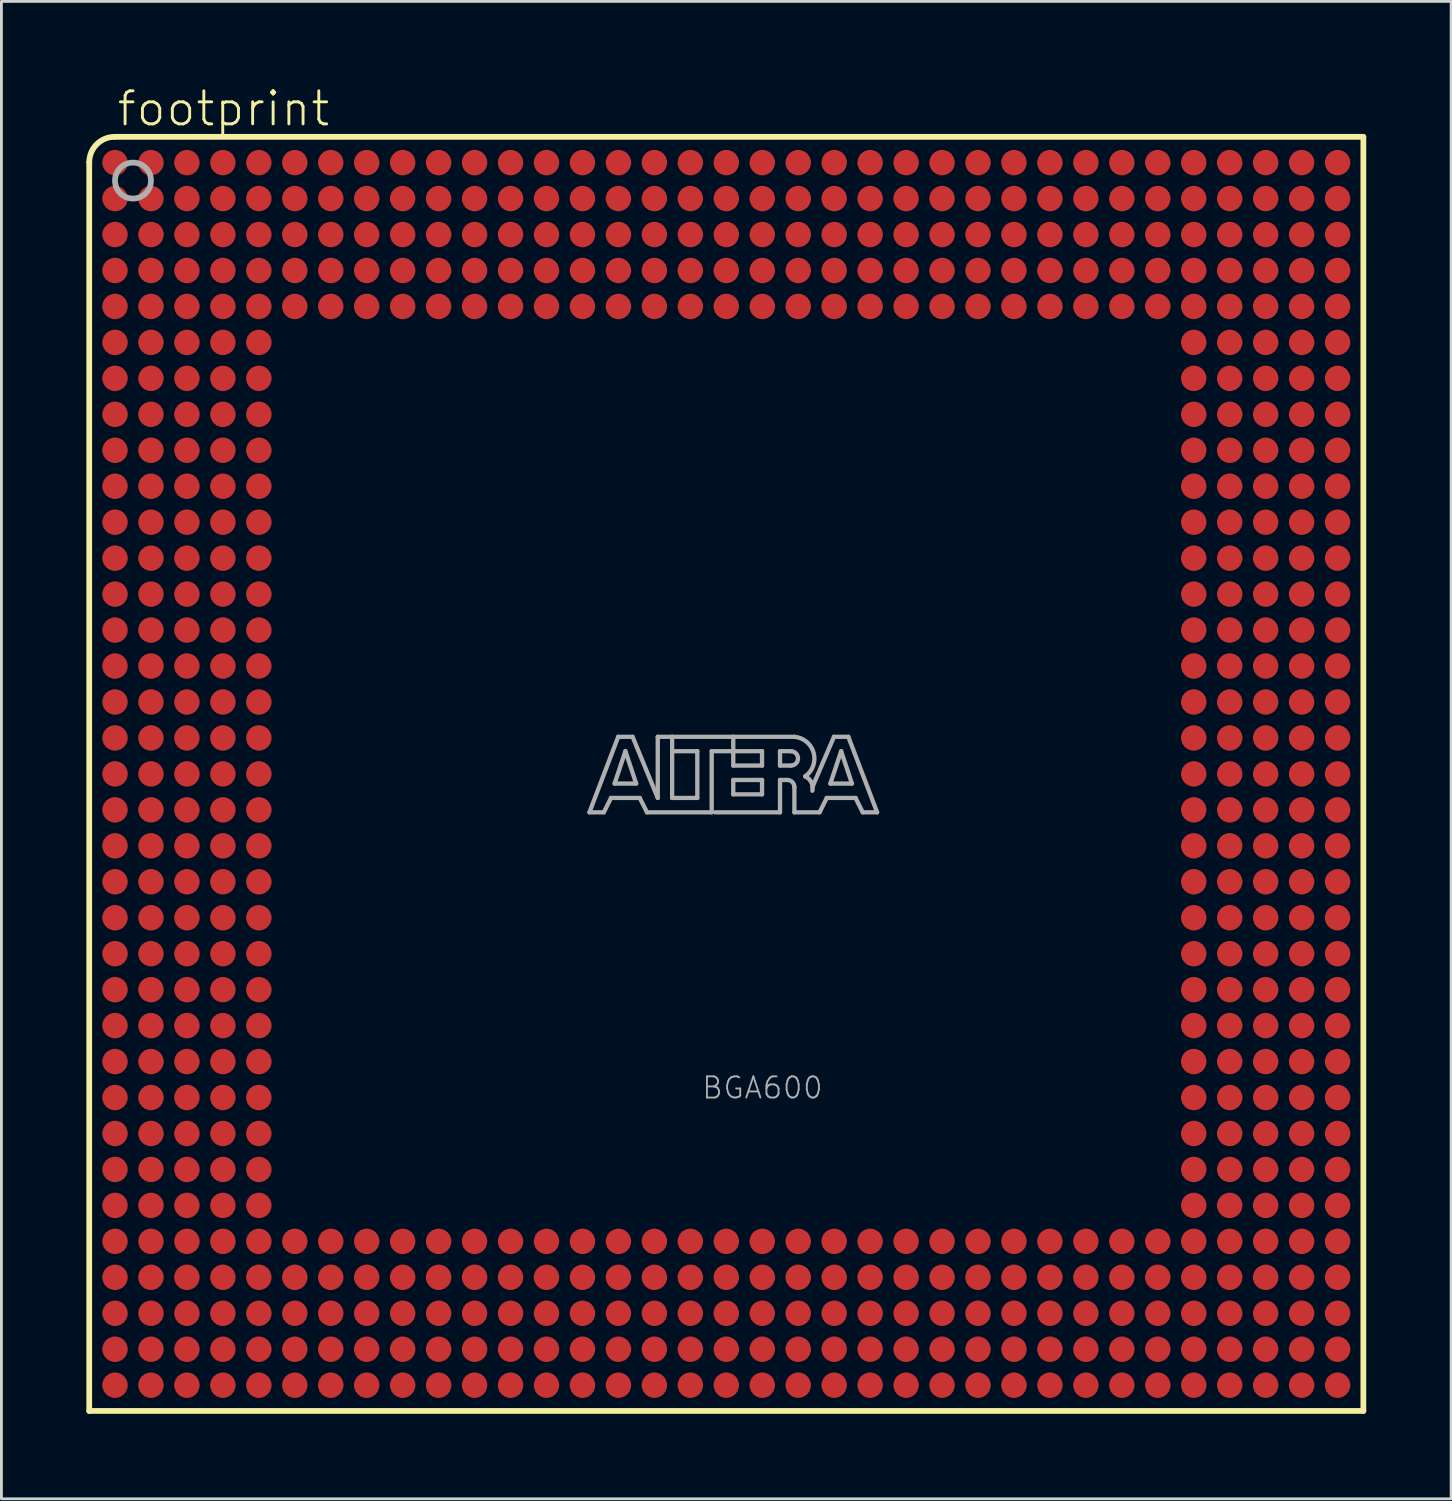
<source format=kicad_pcb>
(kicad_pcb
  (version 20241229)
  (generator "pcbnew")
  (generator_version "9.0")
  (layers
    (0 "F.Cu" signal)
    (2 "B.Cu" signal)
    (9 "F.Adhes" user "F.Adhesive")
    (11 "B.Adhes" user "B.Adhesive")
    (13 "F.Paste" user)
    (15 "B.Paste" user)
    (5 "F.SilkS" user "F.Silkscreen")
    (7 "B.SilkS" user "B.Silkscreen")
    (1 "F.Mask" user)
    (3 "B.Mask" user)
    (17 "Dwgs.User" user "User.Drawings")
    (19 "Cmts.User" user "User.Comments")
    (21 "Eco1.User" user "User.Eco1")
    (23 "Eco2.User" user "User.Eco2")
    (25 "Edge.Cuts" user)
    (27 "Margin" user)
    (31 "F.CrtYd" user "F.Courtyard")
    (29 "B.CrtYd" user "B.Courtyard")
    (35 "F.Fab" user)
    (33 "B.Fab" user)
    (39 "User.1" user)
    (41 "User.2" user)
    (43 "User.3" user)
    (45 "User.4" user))
  (footprint "footprint"
    (layer "F.Cu")
    (at 22.602 24.283)
    (property "Reference" "footprint" (at -21.579 -22.81 0) (layer "F.SilkS") (effects (font (size 1.168 1.168) (thickness 0.102)) (justify left bottom)))
    (fp_line (start -22.5 -21.6) (end -22.5 22.5) (stroke (width 0.203) (type solid)) (layer "F.SilkS"))
    (fp_line (start -22.5 22.5) (end 22.5 22.5) (stroke (width 0.203) (type solid)) (layer "F.SilkS"))
    (fp_line (start 22.5 -22.5) (end -21.6 -22.5) (stroke (width 0.203) (type solid)) (layer "F.SilkS"))
    (fp_line (start 22.5 22.5) (end 22.5 -22.5) (stroke (width 0.203) (type solid)) (layer "F.SilkS"))
    (fp_arc (start -22.5 -21.6) (mid -22.236338 -22.236538) (end -21.5998 -22.5002) (stroke (width 0.2032) (type solid)) (layer "F.SilkS"))
    (fp_line (start -4.834 1.357) (end -3.818 -1.31) (stroke (width 0.152) (type solid)) (layer "F.Fab"))
    (fp_line (start -4.326 1.357) (end -4.834 1.357) (stroke (width 0.152) (type solid)) (layer "F.Fab"))
    (fp_line (start -4.072 0.849) (end -4.326 1.357) (stroke (width 0.152) (type solid)) (layer "F.Fab"))
    (fp_line (start -3.945 0.341) (end -3.183 0.341) (stroke (width 0.152) (type solid)) (layer "F.Fab"))
    (fp_line (start -3.818 -1.31) (end -3.31 -1.31) (stroke (width 0.152) (type solid)) (layer "F.Fab"))
    (fp_line (start -3.564 -0.802) (end -3.945 0.341) (stroke (width 0.152) (type solid)) (layer "F.Fab"))
    (fp_line (start -3.31 -1.31) (end -2.421 0.849) (stroke (width 0.152) (type solid)) (layer "F.Fab"))
    (fp_line (start -3.183 0.341) (end -3.564 -0.802) (stroke (width 0.152) (type solid)) (layer "F.Fab"))
    (fp_line (start -3.056 0.849) (end -4.072 0.849) (stroke (width 0.152) (type solid)) (layer "F.Fab"))
    (fp_line (start -2.802 1.357) (end -3.056 0.849) (stroke (width 0.152) (type solid)) (layer "F.Fab"))
    (fp_line (start -2.421 -1.31) (end -1.913 -1.31) (stroke (width 0.152) (type solid)) (layer "F.Fab"))
    (fp_line (start -2.421 0.849) (end -2.421 -1.31) (stroke (width 0.152) (type solid)) (layer "F.Fab"))
    (fp_line (start -1.913 -1.31) (end -1.913 -0.802) (stroke (width 0.152) (type solid)) (layer "F.Fab"))
    (fp_line (start -1.913 -1.31) (end 0.246 -1.31) (stroke (width 0.152) (type solid)) (layer "F.Fab"))
    (fp_line (start -1.913 -0.802) (end -1.913 0.849) (stroke (width 0.152) (type solid)) (layer "F.Fab"))
    (fp_line (start -1.913 0.849) (end -1.024 0.849) (stroke (width 0.152) (type solid)) (layer "F.Fab"))
    (fp_line (start -1.024 -0.802) (end -1.913 -0.802) (stroke (width 0.152) (type solid)) (layer "F.Fab"))
    (fp_line (start -1.024 0.849) (end -1.024 -0.802) (stroke (width 0.152) (type solid)) (layer "F.Fab"))
    (fp_line (start -0.516 -0.802) (end -0.516 1.357) (stroke (width 0.152) (type solid)) (layer "F.Fab"))
    (fp_line (start -0.516 1.357) (end -2.802 1.357) (stroke (width 0.152) (type solid)) (layer "F.Fab"))
    (fp_line (start 0.246 -1.31) (end 0.246 -0.802) (stroke (width 0.152) (type solid)) (layer "F.Fab"))
    (fp_line (start 0.246 -1.31) (end 2.405 -1.31) (stroke (width 0.152) (type solid)) (layer "F.Fab"))
    (fp_line (start 0.246 -0.802) (end -0.516 -0.802) (stroke (width 0.152) (type solid)) (layer "F.Fab"))
    (fp_line (start 0.246 -0.802) (end 0.246 -0.294) (stroke (width 0.152) (type solid)) (layer "F.Fab"))
    (fp_line (start 0.246 -0.294) (end 1.262 -0.294) (stroke (width 0.152) (type solid)) (layer "F.Fab"))
    (fp_line (start 0.246 0.214) (end 1.262 0.214) (stroke (width 0.152) (type solid)) (layer "F.Fab"))
    (fp_line (start 0.246 0.722) (end 0.246 0.214) (stroke (width 0.152) (type solid)) (layer "F.Fab"))
    (fp_line (start 1.262 -0.802) (end 0.246 -0.802) (stroke (width 0.152) (type solid)) (layer "F.Fab"))
    (fp_line (start 1.262 -0.294) (end 1.262 -0.802) (stroke (width 0.152) (type solid)) (layer "F.Fab"))
    (fp_line (start 1.262 0.214) (end 1.262 0.722) (stroke (width 0.152) (type solid)) (layer "F.Fab"))
    (fp_line (start 1.262 0.722) (end 0.246 0.722) (stroke (width 0.152) (type solid)) (layer "F.Fab"))
    (fp_line (start 1.897 -0.802) (end 1.897 -0.294) (stroke (width 0.152) (type solid)) (layer "F.Fab"))
    (fp_line (start 1.897 -0.294) (end 2.278 -0.294) (stroke (width 0.152) (type solid)) (layer "F.Fab"))
    (fp_line (start 1.897 0.214) (end 1.897 1.357) (stroke (width 0.152) (type solid)) (layer "F.Fab"))
    (fp_line (start 1.897 0.214) (end 2.151 0.214) (stroke (width 0.152) (type solid)) (layer "F.Fab"))
    (fp_line (start 1.897 1.357) (end -0.389 1.357) (stroke (width 0.152) (type solid)) (layer "F.Fab"))
    (fp_line (start 2.278 -0.802) (end 1.897 -0.802) (stroke (width 0.152) (type solid)) (layer "F.Fab"))
    (fp_line (start 2.405 0.468) (end 2.405 1.357) (stroke (width 0.152) (type solid)) (layer "F.Fab"))
    (fp_line (start 2.405 1.357) (end 3.294 1.357) (stroke (width 0.152) (type solid)) (layer "F.Fab"))
    (fp_line (start 3.294 1.357) (end 3.548 0.849) (stroke (width 0.152) (type solid)) (layer "F.Fab"))
    (fp_line (start 3.548 0.849) (end 4.564 0.849) (stroke (width 0.152) (type solid)) (layer "F.Fab"))
    (fp_line (start 3.675 0.341) (end 4.056 -0.802) (stroke (width 0.152) (type solid)) (layer "F.Fab"))
    (fp_line (start 3.802 -1.31) (end 3.04 0.468) (stroke (width 0.152) (type solid)) (layer "F.Fab"))
    (fp_line (start 4.056 -0.802) (end 4.437 0.341) (stroke (width 0.152) (type solid)) (layer "F.Fab"))
    (fp_line (start 4.31 -1.31) (end 3.802 -1.31) (stroke (width 0.152) (type solid)) (layer "F.Fab"))
    (fp_line (start 4.437 0.341) (end 3.675 0.341) (stroke (width 0.152) (type solid)) (layer "F.Fab"))
    (fp_line (start 4.564 0.849) (end 4.818 1.357) (stroke (width 0.152) (type solid)) (layer "F.Fab"))
    (fp_line (start 4.818 1.357) (end 5.326 1.357) (stroke (width 0.152) (type solid)) (layer "F.Fab"))
    (fp_line (start 5.326 1.357) (end 4.31 -1.31) (stroke (width 0.152) (type solid)) (layer "F.Fab"))
    (fp_arc (start 2.151 0.214) (mid 2.330605 0.288395) (end 2.405 0.468) (stroke (width 0.1524) (type solid)) (layer "F.Fab"))
    (fp_arc (start 2.278 -0.802) (mid 2.532 -0.548) (end 2.278 -0.294) (stroke (width 0.1524) (type solid)) (layer "F.Fab"))
    (fp_arc (start 2.405 -1.31) (mid 3.084953 -0.744769) (end 2.786098 0.087401) (stroke (width 0.1524) (type solid)) (layer "F.Fab"))
    (fp_arc (start 2.7861 0.0871) (mid 3.002081 0.296587) (end 3.039799 0.5951) (stroke (width 0.1524) (type solid)) (layer "F.Fab"))
    (fp_circle (center -20.955 -20.955) (end -20.32 -20.955) (stroke (width 0.203) (type solid)) (fill no) (layer "F.Fab"))
    (fp_text user "BGA600" (at -0.905 11.525 0) (layer "F.Fab") (effects (font (size 0.748 0.748) (thickness 0.065)) (justify left bottom)))
    (pad "A1" smd roundrect (at -21.59 -21.59) (size 0.9 0.9) (layers "F.Cu" "F.Mask" "F.Paste") (roundrect_rratio 0.5))
    (pad "A2" smd roundrect (at -20.32 -21.59) (size 0.9 0.9) (layers "F.Cu" "F.Mask" "F.Paste") (roundrect_rratio 0.5))
    (pad "A3" smd roundrect (at -19.05 -21.59) (size 0.9 0.9) (layers "F.Cu" "F.Mask" "F.Paste") (roundrect_rratio 0.5))
    (pad "A4" smd roundrect (at -17.78 -21.59) (size 0.9 0.9) (layers "F.Cu" "F.Mask" "F.Paste") (roundrect_rratio 0.5))
    (pad "A5" smd roundrect (at -16.51 -21.59) (size 0.9 0.9) (layers "F.Cu" "F.Mask" "F.Paste") (roundrect_rratio 0.5))
    (pad "A6" smd roundrect (at -15.24 -21.59) (size 0.9 0.9) (layers "F.Cu" "F.Mask" "F.Paste") (roundrect_rratio 0.5))
    (pad "A7" smd roundrect (at -13.97 -21.59) (size 0.9 0.9) (layers "F.Cu" "F.Mask" "F.Paste") (roundrect_rratio 0.5))
    (pad "A8" smd roundrect (at -12.7 -21.59) (size 0.9 0.9) (layers "F.Cu" "F.Mask" "F.Paste") (roundrect_rratio 0.5))
    (pad "A9" smd roundrect (at -11.43 -21.59) (size 0.9 0.9) (layers "F.Cu" "F.Mask" "F.Paste") (roundrect_rratio 0.5))
    (pad "A10" smd roundrect (at -10.16 -21.59) (size 0.9 0.9) (layers "F.Cu" "F.Mask" "F.Paste") (roundrect_rratio 0.5))
    (pad "A11" smd roundrect (at -8.89 -21.59) (size 0.9 0.9) (layers "F.Cu" "F.Mask" "F.Paste") (roundrect_rratio 0.5))
    (pad "A12" smd roundrect (at -7.62 -21.59) (size 0.9 0.9) (layers "F.Cu" "F.Mask" "F.Paste") (roundrect_rratio 0.5))
    (pad "A13" smd roundrect (at -6.35 -21.59) (size 0.9 0.9) (layers "F.Cu" "F.Mask" "F.Paste") (roundrect_rratio 0.5))
    (pad "A14" smd roundrect (at -5.08 -21.59) (size 0.9 0.9) (layers "F.Cu" "F.Mask" "F.Paste") (roundrect_rratio 0.5))
    (pad "A15" smd roundrect (at -3.81 -21.59) (size 0.9 0.9) (layers "F.Cu" "F.Mask" "F.Paste") (roundrect_rratio 0.5))
    (pad "A16" smd roundrect (at -2.54 -21.59) (size 0.9 0.9) (layers "F.Cu" "F.Mask" "F.Paste") (roundrect_rratio 0.5))
    (pad "A17" smd roundrect (at -1.27 -21.59) (size 0.9 0.9) (layers "F.Cu" "F.Mask" "F.Paste") (roundrect_rratio 0.5))
    (pad "A18" smd roundrect (at 0 -21.59) (size 0.9 0.9) (layers "F.Cu" "F.Mask" "F.Paste") (roundrect_rratio 0.5))
    (pad "A19" smd roundrect (at 1.27 -21.59) (size 0.9 0.9) (layers "F.Cu" "F.Mask" "F.Paste") (roundrect_rratio 0.5))
    (pad "A20" smd roundrect (at 2.54 -21.59) (size 0.9 0.9) (layers "F.Cu" "F.Mask" "F.Paste") (roundrect_rratio 0.5))
    (pad "A21" smd roundrect (at 3.81 -21.59) (size 0.9 0.9) (layers "F.Cu" "F.Mask" "F.Paste") (roundrect_rratio 0.5))
    (pad "A22" smd roundrect (at 5.08 -21.59) (size 0.9 0.9) (layers "F.Cu" "F.Mask" "F.Paste") (roundrect_rratio 0.5))
    (pad "A23" smd roundrect (at 6.35 -21.59) (size 0.9 0.9) (layers "F.Cu" "F.Mask" "F.Paste") (roundrect_rratio 0.5))
    (pad "A24" smd roundrect (at 7.62 -21.59) (size 0.9 0.9) (layers "F.Cu" "F.Mask" "F.Paste") (roundrect_rratio 0.5))
    (pad "A25" smd roundrect (at 8.89 -21.59) (size 0.9 0.9) (layers "F.Cu" "F.Mask" "F.Paste") (roundrect_rratio 0.5))
    (pad "A26" smd roundrect (at 10.16 -21.59) (size 0.9 0.9) (layers "F.Cu" "F.Mask" "F.Paste") (roundrect_rratio 0.5))
    (pad "A27" smd roundrect (at 11.43 -21.59) (size 0.9 0.9) (layers "F.Cu" "F.Mask" "F.Paste") (roundrect_rratio 0.5))
    (pad "A28" smd roundrect (at 12.7 -21.59) (size 0.9 0.9) (layers "F.Cu" "F.Mask" "F.Paste") (roundrect_rratio 0.5))
    (pad "A29" smd roundrect (at 13.97 -21.59) (size 0.9 0.9) (layers "F.Cu" "F.Mask" "F.Paste") (roundrect_rratio 0.5))
    (pad "A30" smd roundrect (at 15.24 -21.59) (size 0.9 0.9) (layers "F.Cu" "F.Mask" "F.Paste") (roundrect_rratio 0.5))
    (pad "A31" smd roundrect (at 16.51 -21.59) (size 0.9 0.9) (layers "F.Cu" "F.Mask" "F.Paste") (roundrect_rratio 0.5))
    (pad "A32" smd roundrect (at 17.78 -21.59) (size 0.9 0.9) (layers "F.Cu" "F.Mask" "F.Paste") (roundrect_rratio 0.5))
    (pad "A33" smd roundrect (at 19.05 -21.59) (size 0.9 0.9) (layers "F.Cu" "F.Mask" "F.Paste") (roundrect_rratio 0.5))
    (pad "A34" smd roundrect (at 20.32 -21.59) (size 0.9 0.9) (layers "F.Cu" "F.Mask" "F.Paste") (roundrect_rratio 0.5))
    (pad "A35" smd roundrect (at 21.59 -21.59) (size 0.9 0.9) (layers "F.Cu" "F.Mask" "F.Paste") (roundrect_rratio 0.5))
    (pad "AA1" smd roundrect (at -21.59 3.81) (size 0.9 0.9) (layers "F.Cu" "F.Mask" "F.Paste") (roundrect_rratio 0.5))
    (pad "AA2" smd roundrect (at -20.32 3.81) (size 0.9 0.9) (layers "F.Cu" "F.Mask" "F.Paste") (roundrect_rratio 0.5))
    (pad "AA3" smd roundrect (at -19.05 3.81) (size 0.9 0.9) (layers "F.Cu" "F.Mask" "F.Paste") (roundrect_rratio 0.5))
    (pad "AA4" smd roundrect (at -17.78 3.81) (size 0.9 0.9) (layers "F.Cu" "F.Mask" "F.Paste") (roundrect_rratio 0.5))
    (pad "AA5" smd roundrect (at -16.51 3.81) (size 0.9 0.9) (layers "F.Cu" "F.Mask" "F.Paste") (roundrect_rratio 0.5))
    (pad "AA31" smd roundrect (at 16.51 3.81) (size 0.9 0.9) (layers "F.Cu" "F.Mask" "F.Paste") (roundrect_rratio 0.5))
    (pad "AA32" smd roundrect (at 17.78 3.81) (size 0.9 0.9) (layers "F.Cu" "F.Mask" "F.Paste") (roundrect_rratio 0.5))
    (pad "AA33" smd roundrect (at 19.05 3.81) (size 0.9 0.9) (layers "F.Cu" "F.Mask" "F.Paste") (roundrect_rratio 0.5))
    (pad "AA34" smd roundrect (at 20.32 3.81) (size 0.9 0.9) (layers "F.Cu" "F.Mask" "F.Paste") (roundrect_rratio 0.5))
    (pad "AA35" smd roundrect (at 21.59 3.81) (size 0.9 0.9) (layers "F.Cu" "F.Mask" "F.Paste") (roundrect_rratio 0.5))
    (pad "AB1" smd roundrect (at -21.59 5.08) (size 0.9 0.9) (layers "F.Cu" "F.Mask" "F.Paste") (roundrect_rratio 0.5))
    (pad "AB2" smd roundrect (at -20.32 5.08) (size 0.9 0.9) (layers "F.Cu" "F.Mask" "F.Paste") (roundrect_rratio 0.5))
    (pad "AB3" smd roundrect (at -19.05 5.08) (size 0.9 0.9) (layers "F.Cu" "F.Mask" "F.Paste") (roundrect_rratio 0.5))
    (pad "AB4" smd roundrect (at -17.78 5.08) (size 0.9 0.9) (layers "F.Cu" "F.Mask" "F.Paste") (roundrect_rratio 0.5))
    (pad "AB5" smd roundrect (at -16.51 5.08) (size 0.9 0.9) (layers "F.Cu" "F.Mask" "F.Paste") (roundrect_rratio 0.5))
    (pad "AB31" smd roundrect (at 16.51 5.08) (size 0.9 0.9) (layers "F.Cu" "F.Mask" "F.Paste") (roundrect_rratio 0.5))
    (pad "AB32" smd roundrect (at 17.78 5.08) (size 0.9 0.9) (layers "F.Cu" "F.Mask" "F.Paste") (roundrect_rratio 0.5))
    (pad "AB33" smd roundrect (at 19.05 5.08) (size 0.9 0.9) (layers "F.Cu" "F.Mask" "F.Paste") (roundrect_rratio 0.5))
    (pad "AB34" smd roundrect (at 20.32 5.08) (size 0.9 0.9) (layers "F.Cu" "F.Mask" "F.Paste") (roundrect_rratio 0.5))
    (pad "AB35" smd roundrect (at 21.59 5.08) (size 0.9 0.9) (layers "F.Cu" "F.Mask" "F.Paste") (roundrect_rratio 0.5))
    (pad "AC1" smd roundrect (at -21.59 6.35) (size 0.9 0.9) (layers "F.Cu" "F.Mask" "F.Paste") (roundrect_rratio 0.5))
    (pad "AC2" smd roundrect (at -20.32 6.35) (size 0.9 0.9) (layers "F.Cu" "F.Mask" "F.Paste") (roundrect_rratio 0.5))
    (pad "AC3" smd roundrect (at -19.05 6.35) (size 0.9 0.9) (layers "F.Cu" "F.Mask" "F.Paste") (roundrect_rratio 0.5))
    (pad "AC4" smd roundrect (at -17.78 6.35) (size 0.9 0.9) (layers "F.Cu" "F.Mask" "F.Paste") (roundrect_rratio 0.5))
    (pad "AC5" smd roundrect (at -16.51 6.35) (size 0.9 0.9) (layers "F.Cu" "F.Mask" "F.Paste") (roundrect_rratio 0.5))
    (pad "AC31" smd roundrect (at 16.51 6.35) (size 0.9 0.9) (layers "F.Cu" "F.Mask" "F.Paste") (roundrect_rratio 0.5))
    (pad "AC32" smd roundrect (at 17.78 6.35) (size 0.9 0.9) (layers "F.Cu" "F.Mask" "F.Paste") (roundrect_rratio 0.5))
    (pad "AC33" smd roundrect (at 19.05 6.35) (size 0.9 0.9) (layers "F.Cu" "F.Mask" "F.Paste") (roundrect_rratio 0.5))
    (pad "AC34" smd roundrect (at 20.32 6.35) (size 0.9 0.9) (layers "F.Cu" "F.Mask" "F.Paste") (roundrect_rratio 0.5))
    (pad "AC35" smd roundrect (at 21.59 6.35) (size 0.9 0.9) (layers "F.Cu" "F.Mask" "F.Paste") (roundrect_rratio 0.5))
    (pad "AD1" smd roundrect (at -21.59 7.62) (size 0.9 0.9) (layers "F.Cu" "F.Mask" "F.Paste") (roundrect_rratio 0.5))
    (pad "AD2" smd roundrect (at -20.32 7.62) (size 0.9 0.9) (layers "F.Cu" "F.Mask" "F.Paste") (roundrect_rratio 0.5))
    (pad "AD3" smd roundrect (at -19.05 7.62) (size 0.9 0.9) (layers "F.Cu" "F.Mask" "F.Paste") (roundrect_rratio 0.5))
    (pad "AD4" smd roundrect (at -17.78 7.62) (size 0.9 0.9) (layers "F.Cu" "F.Mask" "F.Paste") (roundrect_rratio 0.5))
    (pad "AD5" smd roundrect (at -16.51 7.62) (size 0.9 0.9) (layers "F.Cu" "F.Mask" "F.Paste") (roundrect_rratio 0.5))
    (pad "AD31" smd roundrect (at 16.51 7.62) (size 0.9 0.9) (layers "F.Cu" "F.Mask" "F.Paste") (roundrect_rratio 0.5))
    (pad "AD32" smd roundrect (at 17.78 7.62) (size 0.9 0.9) (layers "F.Cu" "F.Mask" "F.Paste") (roundrect_rratio 0.5))
    (pad "AD33" smd roundrect (at 19.05 7.62) (size 0.9 0.9) (layers "F.Cu" "F.Mask" "F.Paste") (roundrect_rratio 0.5))
    (pad "AD34" smd roundrect (at 20.32 7.62) (size 0.9 0.9) (layers "F.Cu" "F.Mask" "F.Paste") (roundrect_rratio 0.5))
    (pad "AD35" smd roundrect (at 21.59 7.62) (size 0.9 0.9) (layers "F.Cu" "F.Mask" "F.Paste") (roundrect_rratio 0.5))
    (pad "AE1" smd roundrect (at -21.59 8.89) (size 0.9 0.9) (layers "F.Cu" "F.Mask" "F.Paste") (roundrect_rratio 0.5))
    (pad "AE2" smd roundrect (at -20.32 8.89) (size 0.9 0.9) (layers "F.Cu" "F.Mask" "F.Paste") (roundrect_rratio 0.5))
    (pad "AE3" smd roundrect (at -19.05 8.89) (size 0.9 0.9) (layers "F.Cu" "F.Mask" "F.Paste") (roundrect_rratio 0.5))
    (pad "AE4" smd roundrect (at -17.78 8.89) (size 0.9 0.9) (layers "F.Cu" "F.Mask" "F.Paste") (roundrect_rratio 0.5))
    (pad "AE5" smd roundrect (at -16.51 8.89) (size 0.9 0.9) (layers "F.Cu" "F.Mask" "F.Paste") (roundrect_rratio 0.5))
    (pad "AE31" smd roundrect (at 16.51 8.89) (size 0.9 0.9) (layers "F.Cu" "F.Mask" "F.Paste") (roundrect_rratio 0.5))
    (pad "AE32" smd roundrect (at 17.78 8.89) (size 0.9 0.9) (layers "F.Cu" "F.Mask" "F.Paste") (roundrect_rratio 0.5))
    (pad "AE33" smd roundrect (at 19.05 8.89) (size 0.9 0.9) (layers "F.Cu" "F.Mask" "F.Paste") (roundrect_rratio 0.5))
    (pad "AE34" smd roundrect (at 20.32 8.89) (size 0.9 0.9) (layers "F.Cu" "F.Mask" "F.Paste") (roundrect_rratio 0.5))
    (pad "AE35" smd roundrect (at 21.59 8.89) (size 0.9 0.9) (layers "F.Cu" "F.Mask" "F.Paste") (roundrect_rratio 0.5))
    (pad "AF1" smd roundrect (at -21.59 10.16) (size 0.9 0.9) (layers "F.Cu" "F.Mask" "F.Paste") (roundrect_rratio 0.5))
    (pad "AF2" smd roundrect (at -20.32 10.16) (size 0.9 0.9) (layers "F.Cu" "F.Mask" "F.Paste") (roundrect_rratio 0.5))
    (pad "AF3" smd roundrect (at -19.05 10.16) (size 0.9 0.9) (layers "F.Cu" "F.Mask" "F.Paste") (roundrect_rratio 0.5))
    (pad "AF4" smd roundrect (at -17.78 10.16) (size 0.9 0.9) (layers "F.Cu" "F.Mask" "F.Paste") (roundrect_rratio 0.5))
    (pad "AF5" smd roundrect (at -16.51 10.16) (size 0.9 0.9) (layers "F.Cu" "F.Mask" "F.Paste") (roundrect_rratio 0.5))
    (pad "AF31" smd roundrect (at 16.51 10.16) (size 0.9 0.9) (layers "F.Cu" "F.Mask" "F.Paste") (roundrect_rratio 0.5))
    (pad "AF32" smd roundrect (at 17.78 10.16) (size 0.9 0.9) (layers "F.Cu" "F.Mask" "F.Paste") (roundrect_rratio 0.5))
    (pad "AF33" smd roundrect (at 19.05 10.16) (size 0.9 0.9) (layers "F.Cu" "F.Mask" "F.Paste") (roundrect_rratio 0.5))
    (pad "AF34" smd roundrect (at 20.32 10.16) (size 0.9 0.9) (layers "F.Cu" "F.Mask" "F.Paste") (roundrect_rratio 0.5))
    (pad "AF35" smd roundrect (at 21.59 10.16) (size 0.9 0.9) (layers "F.Cu" "F.Mask" "F.Paste") (roundrect_rratio 0.5))
    (pad "AG1" smd roundrect (at -21.59 11.43) (size 0.9 0.9) (layers "F.Cu" "F.Mask" "F.Paste") (roundrect_rratio 0.5))
    (pad "AG2" smd roundrect (at -20.32 11.43) (size 0.9 0.9) (layers "F.Cu" "F.Mask" "F.Paste") (roundrect_rratio 0.5))
    (pad "AG3" smd roundrect (at -19.05 11.43) (size 0.9 0.9) (layers "F.Cu" "F.Mask" "F.Paste") (roundrect_rratio 0.5))
    (pad "AG4" smd roundrect (at -17.78 11.43) (size 0.9 0.9) (layers "F.Cu" "F.Mask" "F.Paste") (roundrect_rratio 0.5))
    (pad "AG5" smd roundrect (at -16.51 11.43) (size 0.9 0.9) (layers "F.Cu" "F.Mask" "F.Paste") (roundrect_rratio 0.5))
    (pad "AG31" smd roundrect (at 16.51 11.43) (size 0.9 0.9) (layers "F.Cu" "F.Mask" "F.Paste") (roundrect_rratio 0.5))
    (pad "AG32" smd roundrect (at 17.78 11.43) (size 0.9 0.9) (layers "F.Cu" "F.Mask" "F.Paste") (roundrect_rratio 0.5))
    (pad "AG33" smd roundrect (at 19.05 11.43) (size 0.9 0.9) (layers "F.Cu" "F.Mask" "F.Paste") (roundrect_rratio 0.5))
    (pad "AG34" smd roundrect (at 20.32 11.43) (size 0.9 0.9) (layers "F.Cu" "F.Mask" "F.Paste") (roundrect_rratio 0.5))
    (pad "AG35" smd roundrect (at 21.59 11.43) (size 0.9 0.9) (layers "F.Cu" "F.Mask" "F.Paste") (roundrect_rratio 0.5))
    (pad "AH1" smd roundrect (at -21.59 12.7) (size 0.9 0.9) (layers "F.Cu" "F.Mask" "F.Paste") (roundrect_rratio 0.5))
    (pad "AH2" smd roundrect (at -20.32 12.7) (size 0.9 0.9) (layers "F.Cu" "F.Mask" "F.Paste") (roundrect_rratio 0.5))
    (pad "AH3" smd roundrect (at -19.05 12.7) (size 0.9 0.9) (layers "F.Cu" "F.Mask" "F.Paste") (roundrect_rratio 0.5))
    (pad "AH4" smd roundrect (at -17.78 12.7) (size 0.9 0.9) (layers "F.Cu" "F.Mask" "F.Paste") (roundrect_rratio 0.5))
    (pad "AH5" smd roundrect (at -16.51 12.7) (size 0.9 0.9) (layers "F.Cu" "F.Mask" "F.Paste") (roundrect_rratio 0.5))
    (pad "AH31" smd roundrect (at 16.51 12.7) (size 0.9 0.9) (layers "F.Cu" "F.Mask" "F.Paste") (roundrect_rratio 0.5))
    (pad "AH32" smd roundrect (at 17.78 12.7) (size 0.9 0.9) (layers "F.Cu" "F.Mask" "F.Paste") (roundrect_rratio 0.5))
    (pad "AH33" smd roundrect (at 19.05 12.7) (size 0.9 0.9) (layers "F.Cu" "F.Mask" "F.Paste") (roundrect_rratio 0.5))
    (pad "AH34" smd roundrect (at 20.32 12.7) (size 0.9 0.9) (layers "F.Cu" "F.Mask" "F.Paste") (roundrect_rratio 0.5))
    (pad "AH35" smd roundrect (at 21.59 12.7) (size 0.9 0.9) (layers "F.Cu" "F.Mask" "F.Paste") (roundrect_rratio 0.5))
    (pad "AJ1" smd roundrect (at -21.59 13.97) (size 0.9 0.9) (layers "F.Cu" "F.Mask" "F.Paste") (roundrect_rratio 0.5))
    (pad "AJ2" smd roundrect (at -20.32 13.97) (size 0.9 0.9) (layers "F.Cu" "F.Mask" "F.Paste") (roundrect_rratio 0.5))
    (pad "AJ3" smd roundrect (at -19.05 13.97) (size 0.9 0.9) (layers "F.Cu" "F.Mask" "F.Paste") (roundrect_rratio 0.5))
    (pad "AJ4" smd roundrect (at -17.78 13.97) (size 0.9 0.9) (layers "F.Cu" "F.Mask" "F.Paste") (roundrect_rratio 0.5))
    (pad "AJ5" smd roundrect (at -16.51 13.97) (size 0.9 0.9) (layers "F.Cu" "F.Mask" "F.Paste") (roundrect_rratio 0.5))
    (pad "AJ31" smd roundrect (at 16.51 13.97) (size 0.9 0.9) (layers "F.Cu" "F.Mask" "F.Paste") (roundrect_rratio 0.5))
    (pad "AJ32" smd roundrect (at 17.78 13.97) (size 0.9 0.9) (layers "F.Cu" "F.Mask" "F.Paste") (roundrect_rratio 0.5))
    (pad "AJ33" smd roundrect (at 19.05 13.97) (size 0.9 0.9) (layers "F.Cu" "F.Mask" "F.Paste") (roundrect_rratio 0.5))
    (pad "AJ34" smd roundrect (at 20.32 13.97) (size 0.9 0.9) (layers "F.Cu" "F.Mask" "F.Paste") (roundrect_rratio 0.5))
    (pad "AJ35" smd roundrect (at 21.59 13.97) (size 0.9 0.9) (layers "F.Cu" "F.Mask" "F.Paste") (roundrect_rratio 0.5))
    (pad "AK1" smd roundrect (at -21.59 15.24) (size 0.9 0.9) (layers "F.Cu" "F.Mask" "F.Paste") (roundrect_rratio 0.5))
    (pad "AK2" smd roundrect (at -20.32 15.24) (size 0.9 0.9) (layers "F.Cu" "F.Mask" "F.Paste") (roundrect_rratio 0.5))
    (pad "AK3" smd roundrect (at -19.05 15.24) (size 0.9 0.9) (layers "F.Cu" "F.Mask" "F.Paste") (roundrect_rratio 0.5))
    (pad "AK4" smd roundrect (at -17.78 15.24) (size 0.9 0.9) (layers "F.Cu" "F.Mask" "F.Paste") (roundrect_rratio 0.5))
    (pad "AK5" smd roundrect (at -16.51 15.24) (size 0.9 0.9) (layers "F.Cu" "F.Mask" "F.Paste") (roundrect_rratio 0.5))
    (pad "AK31" smd roundrect (at 16.51 15.24) (size 0.9 0.9) (layers "F.Cu" "F.Mask" "F.Paste") (roundrect_rratio 0.5))
    (pad "AK32" smd roundrect (at 17.78 15.24) (size 0.9 0.9) (layers "F.Cu" "F.Mask" "F.Paste") (roundrect_rratio 0.5))
    (pad "AK33" smd roundrect (at 19.05 15.24) (size 0.9 0.9) (layers "F.Cu" "F.Mask" "F.Paste") (roundrect_rratio 0.5))
    (pad "AK34" smd roundrect (at 20.32 15.24) (size 0.9 0.9) (layers "F.Cu" "F.Mask" "F.Paste") (roundrect_rratio 0.5))
    (pad "AK35" smd roundrect (at 21.59 15.24) (size 0.9 0.9) (layers "F.Cu" "F.Mask" "F.Paste") (roundrect_rratio 0.5))
    (pad "AL1" smd roundrect (at -21.59 16.51) (size 0.9 0.9) (layers "F.Cu" "F.Mask" "F.Paste") (roundrect_rratio 0.5))
    (pad "AL2" smd roundrect (at -20.32 16.51) (size 0.9 0.9) (layers "F.Cu" "F.Mask" "F.Paste") (roundrect_rratio 0.5))
    (pad "AL3" smd roundrect (at -19.05 16.51) (size 0.9 0.9) (layers "F.Cu" "F.Mask" "F.Paste") (roundrect_rratio 0.5))
    (pad "AL4" smd roundrect (at -17.78 16.51) (size 0.9 0.9) (layers "F.Cu" "F.Mask" "F.Paste") (roundrect_rratio 0.5))
    (pad "AL5" smd roundrect (at -16.51 16.51) (size 0.9 0.9) (layers "F.Cu" "F.Mask" "F.Paste") (roundrect_rratio 0.5))
    (pad "AL6" smd roundrect (at -15.24 16.51) (size 0.9 0.9) (layers "F.Cu" "F.Mask" "F.Paste") (roundrect_rratio 0.5))
    (pad "AL7" smd roundrect (at -13.97 16.51) (size 0.9 0.9) (layers "F.Cu" "F.Mask" "F.Paste") (roundrect_rratio 0.5))
    (pad "AL8" smd roundrect (at -12.7 16.51) (size 0.9 0.9) (layers "F.Cu" "F.Mask" "F.Paste") (roundrect_rratio 0.5))
    (pad "AL9" smd roundrect (at -11.43 16.51) (size 0.9 0.9) (layers "F.Cu" "F.Mask" "F.Paste") (roundrect_rratio 0.5))
    (pad "AL10" smd roundrect (at -10.16 16.51) (size 0.9 0.9) (layers "F.Cu" "F.Mask" "F.Paste") (roundrect_rratio 0.5))
    (pad "AL11" smd roundrect (at -8.89 16.51) (size 0.9 0.9) (layers "F.Cu" "F.Mask" "F.Paste") (roundrect_rratio 0.5))
    (pad "AL12" smd roundrect (at -7.62 16.51) (size 0.9 0.9) (layers "F.Cu" "F.Mask" "F.Paste") (roundrect_rratio 0.5))
    (pad "AL13" smd roundrect (at -6.35 16.51) (size 0.9 0.9) (layers "F.Cu" "F.Mask" "F.Paste") (roundrect_rratio 0.5))
    (pad "AL14" smd roundrect (at -5.08 16.51) (size 0.9 0.9) (layers "F.Cu" "F.Mask" "F.Paste") (roundrect_rratio 0.5))
    (pad "AL15" smd roundrect (at -3.81 16.51) (size 0.9 0.9) (layers "F.Cu" "F.Mask" "F.Paste") (roundrect_rratio 0.5))
    (pad "AL16" smd roundrect (at -2.54 16.51) (size 0.9 0.9) (layers "F.Cu" "F.Mask" "F.Paste") (roundrect_rratio 0.5))
    (pad "AL17" smd roundrect (at -1.27 16.51) (size 0.9 0.9) (layers "F.Cu" "F.Mask" "F.Paste") (roundrect_rratio 0.5))
    (pad "AL18" smd roundrect (at 0 16.51) (size 0.9 0.9) (layers "F.Cu" "F.Mask" "F.Paste") (roundrect_rratio 0.5))
    (pad "AL19" smd roundrect (at 1.27 16.51) (size 0.9 0.9) (layers "F.Cu" "F.Mask" "F.Paste") (roundrect_rratio 0.5))
    (pad "AL20" smd roundrect (at 2.54 16.51) (size 0.9 0.9) (layers "F.Cu" "F.Mask" "F.Paste") (roundrect_rratio 0.5))
    (pad "AL21" smd roundrect (at 3.81 16.51) (size 0.9 0.9) (layers "F.Cu" "F.Mask" "F.Paste") (roundrect_rratio 0.5))
    (pad "AL22" smd roundrect (at 5.08 16.51) (size 0.9 0.9) (layers "F.Cu" "F.Mask" "F.Paste") (roundrect_rratio 0.5))
    (pad "AL23" smd roundrect (at 6.35 16.51) (size 0.9 0.9) (layers "F.Cu" "F.Mask" "F.Paste") (roundrect_rratio 0.5))
    (pad "AL24" smd roundrect (at 7.62 16.51) (size 0.9 0.9) (layers "F.Cu" "F.Mask" "F.Paste") (roundrect_rratio 0.5))
    (pad "AL25" smd roundrect (at 8.89 16.51) (size 0.9 0.9) (layers "F.Cu" "F.Mask" "F.Paste") (roundrect_rratio 0.5))
    (pad "AL26" smd roundrect (at 10.16 16.51) (size 0.9 0.9) (layers "F.Cu" "F.Mask" "F.Paste") (roundrect_rratio 0.5))
    (pad "AL27" smd roundrect (at 11.43 16.51) (size 0.9 0.9) (layers "F.Cu" "F.Mask" "F.Paste") (roundrect_rratio 0.5))
    (pad "AL28" smd roundrect (at 12.7 16.51) (size 0.9 0.9) (layers "F.Cu" "F.Mask" "F.Paste") (roundrect_rratio 0.5))
    (pad "AL29" smd roundrect (at 13.97 16.51) (size 0.9 0.9) (layers "F.Cu" "F.Mask" "F.Paste") (roundrect_rratio 0.5))
    (pad "AL30" smd roundrect (at 15.24 16.51) (size 0.9 0.9) (layers "F.Cu" "F.Mask" "F.Paste") (roundrect_rratio 0.5))
    (pad "AL31" smd roundrect (at 16.51 16.51) (size 0.9 0.9) (layers "F.Cu" "F.Mask" "F.Paste") (roundrect_rratio 0.5))
    (pad "AL32" smd roundrect (at 17.78 16.51) (size 0.9 0.9) (layers "F.Cu" "F.Mask" "F.Paste") (roundrect_rratio 0.5))
    (pad "AL33" smd roundrect (at 19.05 16.51) (size 0.9 0.9) (layers "F.Cu" "F.Mask" "F.Paste") (roundrect_rratio 0.5))
    (pad "AL34" smd roundrect (at 20.32 16.51) (size 0.9 0.9) (layers "F.Cu" "F.Mask" "F.Paste") (roundrect_rratio 0.5))
    (pad "AL35" smd roundrect (at 21.59 16.51) (size 0.9 0.9) (layers "F.Cu" "F.Mask" "F.Paste") (roundrect_rratio 0.5))
    (pad "AM1" smd roundrect (at -21.59 17.78) (size 0.9 0.9) (layers "F.Cu" "F.Mask" "F.Paste") (roundrect_rratio 0.5))
    (pad "AM2" smd roundrect (at -20.32 17.78) (size 0.9 0.9) (layers "F.Cu" "F.Mask" "F.Paste") (roundrect_rratio 0.5))
    (pad "AM3" smd roundrect (at -19.05 17.78) (size 0.9 0.9) (layers "F.Cu" "F.Mask" "F.Paste") (roundrect_rratio 0.5))
    (pad "AM4" smd roundrect (at -17.78 17.78) (size 0.9 0.9) (layers "F.Cu" "F.Mask" "F.Paste") (roundrect_rratio 0.5))
    (pad "AM5" smd roundrect (at -16.51 17.78) (size 0.9 0.9) (layers "F.Cu" "F.Mask" "F.Paste") (roundrect_rratio 0.5))
    (pad "AM6" smd roundrect (at -15.24 17.78) (size 0.9 0.9) (layers "F.Cu" "F.Mask" "F.Paste") (roundrect_rratio 0.5))
    (pad "AM7" smd roundrect (at -13.97 17.78) (size 0.9 0.9) (layers "F.Cu" "F.Mask" "F.Paste") (roundrect_rratio 0.5))
    (pad "AM8" smd roundrect (at -12.7 17.78) (size 0.9 0.9) (layers "F.Cu" "F.Mask" "F.Paste") (roundrect_rratio 0.5))
    (pad "AM9" smd roundrect (at -11.43 17.78) (size 0.9 0.9) (layers "F.Cu" "F.Mask" "F.Paste") (roundrect_rratio 0.5))
    (pad "AM10" smd roundrect (at -10.16 17.78) (size 0.9 0.9) (layers "F.Cu" "F.Mask" "F.Paste") (roundrect_rratio 0.5))
    (pad "AM11" smd roundrect (at -8.89 17.78) (size 0.9 0.9) (layers "F.Cu" "F.Mask" "F.Paste") (roundrect_rratio 0.5))
    (pad "AM12" smd roundrect (at -7.62 17.78) (size 0.9 0.9) (layers "F.Cu" "F.Mask" "F.Paste") (roundrect_rratio 0.5))
    (pad "AM13" smd roundrect (at -6.35 17.78) (size 0.9 0.9) (layers "F.Cu" "F.Mask" "F.Paste") (roundrect_rratio 0.5))
    (pad "AM14" smd roundrect (at -5.08 17.78) (size 0.9 0.9) (layers "F.Cu" "F.Mask" "F.Paste") (roundrect_rratio 0.5))
    (pad "AM15" smd roundrect (at -3.81 17.78) (size 0.9 0.9) (layers "F.Cu" "F.Mask" "F.Paste") (roundrect_rratio 0.5))
    (pad "AM16" smd roundrect (at -2.54 17.78) (size 0.9 0.9) (layers "F.Cu" "F.Mask" "F.Paste") (roundrect_rratio 0.5))
    (pad "AM17" smd roundrect (at -1.27 17.78) (size 0.9 0.9) (layers "F.Cu" "F.Mask" "F.Paste") (roundrect_rratio 0.5))
    (pad "AM18" smd roundrect (at 0 17.78) (size 0.9 0.9) (layers "F.Cu" "F.Mask" "F.Paste") (roundrect_rratio 0.5))
    (pad "AM19" smd roundrect (at 1.27 17.78) (size 0.9 0.9) (layers "F.Cu" "F.Mask" "F.Paste") (roundrect_rratio 0.5))
    (pad "AM20" smd roundrect (at 2.54 17.78) (size 0.9 0.9) (layers "F.Cu" "F.Mask" "F.Paste") (roundrect_rratio 0.5))
    (pad "AM21" smd roundrect (at 3.81 17.78) (size 0.9 0.9) (layers "F.Cu" "F.Mask" "F.Paste") (roundrect_rratio 0.5))
    (pad "AM22" smd roundrect (at 5.08 17.78) (size 0.9 0.9) (layers "F.Cu" "F.Mask" "F.Paste") (roundrect_rratio 0.5))
    (pad "AM23" smd roundrect (at 6.35 17.78) (size 0.9 0.9) (layers "F.Cu" "F.Mask" "F.Paste") (roundrect_rratio 0.5))
    (pad "AM24" smd roundrect (at 7.62 17.78) (size 0.9 0.9) (layers "F.Cu" "F.Mask" "F.Paste") (roundrect_rratio 0.5))
    (pad "AM25" smd roundrect (at 8.89 17.78) (size 0.9 0.9) (layers "F.Cu" "F.Mask" "F.Paste") (roundrect_rratio 0.5))
    (pad "AM26" smd roundrect (at 10.16 17.78) (size 0.9 0.9) (layers "F.Cu" "F.Mask" "F.Paste") (roundrect_rratio 0.5))
    (pad "AM27" smd roundrect (at 11.43 17.78) (size 0.9 0.9) (layers "F.Cu" "F.Mask" "F.Paste") (roundrect_rratio 0.5))
    (pad "AM28" smd roundrect (at 12.7 17.78) (size 0.9 0.9) (layers "F.Cu" "F.Mask" "F.Paste") (roundrect_rratio 0.5))
    (pad "AM29" smd roundrect (at 13.97 17.78) (size 0.9 0.9) (layers "F.Cu" "F.Mask" "F.Paste") (roundrect_rratio 0.5))
    (pad "AM30" smd roundrect (at 15.24 17.78) (size 0.9 0.9) (layers "F.Cu" "F.Mask" "F.Paste") (roundrect_rratio 0.5))
    (pad "AM31" smd roundrect (at 16.51 17.78) (size 0.9 0.9) (layers "F.Cu" "F.Mask" "F.Paste") (roundrect_rratio 0.5))
    (pad "AM32" smd roundrect (at 17.78 17.78) (size 0.9 0.9) (layers "F.Cu" "F.Mask" "F.Paste") (roundrect_rratio 0.5))
    (pad "AM33" smd roundrect (at 19.05 17.78) (size 0.9 0.9) (layers "F.Cu" "F.Mask" "F.Paste") (roundrect_rratio 0.5))
    (pad "AM34" smd roundrect (at 20.32 17.78) (size 0.9 0.9) (layers "F.Cu" "F.Mask" "F.Paste") (roundrect_rratio 0.5))
    (pad "AM35" smd roundrect (at 21.59 17.78) (size 0.9 0.9) (layers "F.Cu" "F.Mask" "F.Paste") (roundrect_rratio 0.5))
    (pad "AN1" smd roundrect (at -21.59 19.05) (size 0.9 0.9) (layers "F.Cu" "F.Mask" "F.Paste") (roundrect_rratio 0.5))
    (pad "AN2" smd roundrect (at -20.32 19.05) (size 0.9 0.9) (layers "F.Cu" "F.Mask" "F.Paste") (roundrect_rratio 0.5))
    (pad "AN3" smd roundrect (at -19.05 19.05) (size 0.9 0.9) (layers "F.Cu" "F.Mask" "F.Paste") (roundrect_rratio 0.5))
    (pad "AN4" smd roundrect (at -17.78 19.05) (size 0.9 0.9) (layers "F.Cu" "F.Mask" "F.Paste") (roundrect_rratio 0.5))
    (pad "AN5" smd roundrect (at -16.51 19.05) (size 0.9 0.9) (layers "F.Cu" "F.Mask" "F.Paste") (roundrect_rratio 0.5))
    (pad "AN6" smd roundrect (at -15.24 19.05) (size 0.9 0.9) (layers "F.Cu" "F.Mask" "F.Paste") (roundrect_rratio 0.5))
    (pad "AN7" smd roundrect (at -13.97 19.05) (size 0.9 0.9) (layers "F.Cu" "F.Mask" "F.Paste") (roundrect_rratio 0.5))
    (pad "AN8" smd roundrect (at -12.7 19.05) (size 0.9 0.9) (layers "F.Cu" "F.Mask" "F.Paste") (roundrect_rratio 0.5))
    (pad "AN9" smd roundrect (at -11.43 19.05) (size 0.9 0.9) (layers "F.Cu" "F.Mask" "F.Paste") (roundrect_rratio 0.5))
    (pad "AN10" smd roundrect (at -10.16 19.05) (size 0.9 0.9) (layers "F.Cu" "F.Mask" "F.Paste") (roundrect_rratio 0.5))
    (pad "AN11" smd roundrect (at -8.89 19.05) (size 0.9 0.9) (layers "F.Cu" "F.Mask" "F.Paste") (roundrect_rratio 0.5))
    (pad "AN12" smd roundrect (at -7.62 19.05) (size 0.9 0.9) (layers "F.Cu" "F.Mask" "F.Paste") (roundrect_rratio 0.5))
    (pad "AN13" smd roundrect (at -6.35 19.05) (size 0.9 0.9) (layers "F.Cu" "F.Mask" "F.Paste") (roundrect_rratio 0.5))
    (pad "AN14" smd roundrect (at -5.08 19.05) (size 0.9 0.9) (layers "F.Cu" "F.Mask" "F.Paste") (roundrect_rratio 0.5))
    (pad "AN15" smd roundrect (at -3.81 19.05) (size 0.9 0.9) (layers "F.Cu" "F.Mask" "F.Paste") (roundrect_rratio 0.5))
    (pad "AN16" smd roundrect (at -2.54 19.05) (size 0.9 0.9) (layers "F.Cu" "F.Mask" "F.Paste") (roundrect_rratio 0.5))
    (pad "AN17" smd roundrect (at -1.27 19.05) (size 0.9 0.9) (layers "F.Cu" "F.Mask" "F.Paste") (roundrect_rratio 0.5))
    (pad "AN18" smd roundrect (at 0 19.05) (size 0.9 0.9) (layers "F.Cu" "F.Mask" "F.Paste") (roundrect_rratio 0.5))
    (pad "AN19" smd roundrect (at 1.27 19.05) (size 0.9 0.9) (layers "F.Cu" "F.Mask" "F.Paste") (roundrect_rratio 0.5))
    (pad "AN20" smd roundrect (at 2.54 19.05) (size 0.9 0.9) (layers "F.Cu" "F.Mask" "F.Paste") (roundrect_rratio 0.5))
    (pad "AN21" smd roundrect (at 3.81 19.05) (size 0.9 0.9) (layers "F.Cu" "F.Mask" "F.Paste") (roundrect_rratio 0.5))
    (pad "AN22" smd roundrect (at 5.08 19.05) (size 0.9 0.9) (layers "F.Cu" "F.Mask" "F.Paste") (roundrect_rratio 0.5))
    (pad "AN23" smd roundrect (at 6.35 19.05) (size 0.9 0.9) (layers "F.Cu" "F.Mask" "F.Paste") (roundrect_rratio 0.5))
    (pad "AN24" smd roundrect (at 7.62 19.05) (size 0.9 0.9) (layers "F.Cu" "F.Mask" "F.Paste") (roundrect_rratio 0.5))
    (pad "AN25" smd roundrect (at 8.89 19.05) (size 0.9 0.9) (layers "F.Cu" "F.Mask" "F.Paste") (roundrect_rratio 0.5))
    (pad "AN26" smd roundrect (at 10.16 19.05) (size 0.9 0.9) (layers "F.Cu" "F.Mask" "F.Paste") (roundrect_rratio 0.5))
    (pad "AN27" smd roundrect (at 11.43 19.05) (size 0.9 0.9) (layers "F.Cu" "F.Mask" "F.Paste") (roundrect_rratio 0.5))
    (pad "AN28" smd roundrect (at 12.7 19.05) (size 0.9 0.9) (layers "F.Cu" "F.Mask" "F.Paste") (roundrect_rratio 0.5))
    (pad "AN29" smd roundrect (at 13.97 19.05) (size 0.9 0.9) (layers "F.Cu" "F.Mask" "F.Paste") (roundrect_rratio 0.5))
    (pad "AN30" smd roundrect (at 15.24 19.05) (size 0.9 0.9) (layers "F.Cu" "F.Mask" "F.Paste") (roundrect_rratio 0.5))
    (pad "AN31" smd roundrect (at 16.51 19.05) (size 0.9 0.9) (layers "F.Cu" "F.Mask" "F.Paste") (roundrect_rratio 0.5))
    (pad "AN32" smd roundrect (at 17.78 19.05) (size 0.9 0.9) (layers "F.Cu" "F.Mask" "F.Paste") (roundrect_rratio 0.5))
    (pad "AN33" smd roundrect (at 19.05 19.05) (size 0.9 0.9) (layers "F.Cu" "F.Mask" "F.Paste") (roundrect_rratio 0.5))
    (pad "AN34" smd roundrect (at 20.32 19.05) (size 0.9 0.9) (layers "F.Cu" "F.Mask" "F.Paste") (roundrect_rratio 0.5))
    (pad "AN35" smd roundrect (at 21.59 19.05) (size 0.9 0.9) (layers "F.Cu" "F.Mask" "F.Paste") (roundrect_rratio 0.5))
    (pad "AP1" smd roundrect (at -21.59 20.32) (size 0.9 0.9) (layers "F.Cu" "F.Mask" "F.Paste") (roundrect_rratio 0.5))
    (pad "AP2" smd roundrect (at -20.32 20.32) (size 0.9 0.9) (layers "F.Cu" "F.Mask" "F.Paste") (roundrect_rratio 0.5))
    (pad "AP3" smd roundrect (at -19.05 20.32) (size 0.9 0.9) (layers "F.Cu" "F.Mask" "F.Paste") (roundrect_rratio 0.5))
    (pad "AP4" smd roundrect (at -17.78 20.32) (size 0.9 0.9) (layers "F.Cu" "F.Mask" "F.Paste") (roundrect_rratio 0.5))
    (pad "AP5" smd roundrect (at -16.51 20.32) (size 0.9 0.9) (layers "F.Cu" "F.Mask" "F.Paste") (roundrect_rratio 0.5))
    (pad "AP6" smd roundrect (at -15.24 20.32) (size 0.9 0.9) (layers "F.Cu" "F.Mask" "F.Paste") (roundrect_rratio 0.5))
    (pad "AP7" smd roundrect (at -13.97 20.32) (size 0.9 0.9) (layers "F.Cu" "F.Mask" "F.Paste") (roundrect_rratio 0.5))
    (pad "AP8" smd roundrect (at -12.7 20.32) (size 0.9 0.9) (layers "F.Cu" "F.Mask" "F.Paste") (roundrect_rratio 0.5))
    (pad "AP9" smd roundrect (at -11.43 20.32) (size 0.9 0.9) (layers "F.Cu" "F.Mask" "F.Paste") (roundrect_rratio 0.5))
    (pad "AP10" smd roundrect (at -10.16 20.32) (size 0.9 0.9) (layers "F.Cu" "F.Mask" "F.Paste") (roundrect_rratio 0.5))
    (pad "AP11" smd roundrect (at -8.89 20.32) (size 0.9 0.9) (layers "F.Cu" "F.Mask" "F.Paste") (roundrect_rratio 0.5))
    (pad "AP12" smd roundrect (at -7.62 20.32) (size 0.9 0.9) (layers "F.Cu" "F.Mask" "F.Paste") (roundrect_rratio 0.5))
    (pad "AP13" smd roundrect (at -6.35 20.32) (size 0.9 0.9) (layers "F.Cu" "F.Mask" "F.Paste") (roundrect_rratio 0.5))
    (pad "AP14" smd roundrect (at -5.08 20.32) (size 0.9 0.9) (layers "F.Cu" "F.Mask" "F.Paste") (roundrect_rratio 0.5))
    (pad "AP15" smd roundrect (at -3.81 20.32) (size 0.9 0.9) (layers "F.Cu" "F.Mask" "F.Paste") (roundrect_rratio 0.5))
    (pad "AP16" smd roundrect (at -2.54 20.32) (size 0.9 0.9) (layers "F.Cu" "F.Mask" "F.Paste") (roundrect_rratio 0.5))
    (pad "AP17" smd roundrect (at -1.27 20.32) (size 0.9 0.9) (layers "F.Cu" "F.Mask" "F.Paste") (roundrect_rratio 0.5))
    (pad "AP18" smd roundrect (at 0 20.32) (size 0.9 0.9) (layers "F.Cu" "F.Mask" "F.Paste") (roundrect_rratio 0.5))
    (pad "AP19" smd roundrect (at 1.27 20.32) (size 0.9 0.9) (layers "F.Cu" "F.Mask" "F.Paste") (roundrect_rratio 0.5))
    (pad "AP20" smd roundrect (at 2.54 20.32) (size 0.9 0.9) (layers "F.Cu" "F.Mask" "F.Paste") (roundrect_rratio 0.5))
    (pad "AP21" smd roundrect (at 3.81 20.32) (size 0.9 0.9) (layers "F.Cu" "F.Mask" "F.Paste") (roundrect_rratio 0.5))
    (pad "AP22" smd roundrect (at 5.08 20.32) (size 0.9 0.9) (layers "F.Cu" "F.Mask" "F.Paste") (roundrect_rratio 0.5))
    (pad "AP23" smd roundrect (at 6.35 20.32) (size 0.9 0.9) (layers "F.Cu" "F.Mask" "F.Paste") (roundrect_rratio 0.5))
    (pad "AP24" smd roundrect (at 7.62 20.32) (size 0.9 0.9) (layers "F.Cu" "F.Mask" "F.Paste") (roundrect_rratio 0.5))
    (pad "AP25" smd roundrect (at 8.89 20.32) (size 0.9 0.9) (layers "F.Cu" "F.Mask" "F.Paste") (roundrect_rratio 0.5))
    (pad "AP26" smd roundrect (at 10.16 20.32) (size 0.9 0.9) (layers "F.Cu" "F.Mask" "F.Paste") (roundrect_rratio 0.5))
    (pad "AP27" smd roundrect (at 11.43 20.32) (size 0.9 0.9) (layers "F.Cu" "F.Mask" "F.Paste") (roundrect_rratio 0.5))
    (pad "AP28" smd roundrect (at 12.7 20.32) (size 0.9 0.9) (layers "F.Cu" "F.Mask" "F.Paste") (roundrect_rratio 0.5))
    (pad "AP29" smd roundrect (at 13.97 20.32) (size 0.9 0.9) (layers "F.Cu" "F.Mask" "F.Paste") (roundrect_rratio 0.5))
    (pad "AP30" smd roundrect (at 15.24 20.32) (size 0.9 0.9) (layers "F.Cu" "F.Mask" "F.Paste") (roundrect_rratio 0.5))
    (pad "AP31" smd roundrect (at 16.51 20.32) (size 0.9 0.9) (layers "F.Cu" "F.Mask" "F.Paste") (roundrect_rratio 0.5))
    (pad "AP32" smd roundrect (at 17.78 20.32) (size 0.9 0.9) (layers "F.Cu" "F.Mask" "F.Paste") (roundrect_rratio 0.5))
    (pad "AP33" smd roundrect (at 19.05 20.32) (size 0.9 0.9) (layers "F.Cu" "F.Mask" "F.Paste") (roundrect_rratio 0.5))
    (pad "AP34" smd roundrect (at 20.32 20.32) (size 0.9 0.9) (layers "F.Cu" "F.Mask" "F.Paste") (roundrect_rratio 0.5))
    (pad "AP35" smd roundrect (at 21.59 20.32) (size 0.9 0.9) (layers "F.Cu" "F.Mask" "F.Paste") (roundrect_rratio 0.5))
    (pad "AR1" smd roundrect (at -21.59 21.59) (size 0.9 0.9) (layers "F.Cu" "F.Mask" "F.Paste") (roundrect_rratio 0.5))
    (pad "AR2" smd roundrect (at -20.32 21.59) (size 0.9 0.9) (layers "F.Cu" "F.Mask" "F.Paste") (roundrect_rratio 0.5))
    (pad "AR3" smd roundrect (at -19.05 21.59) (size 0.9 0.9) (layers "F.Cu" "F.Mask" "F.Paste") (roundrect_rratio 0.5))
    (pad "AR4" smd roundrect (at -17.78 21.59) (size 0.9 0.9) (layers "F.Cu" "F.Mask" "F.Paste") (roundrect_rratio 0.5))
    (pad "AR5" smd roundrect (at -16.51 21.59) (size 0.9 0.9) (layers "F.Cu" "F.Mask" "F.Paste") (roundrect_rratio 0.5))
    (pad "AR6" smd roundrect (at -15.24 21.59) (size 0.9 0.9) (layers "F.Cu" "F.Mask" "F.Paste") (roundrect_rratio 0.5))
    (pad "AR7" smd roundrect (at -13.97 21.59) (size 0.9 0.9) (layers "F.Cu" "F.Mask" "F.Paste") (roundrect_rratio 0.5))
    (pad "AR8" smd roundrect (at -12.7 21.59) (size 0.9 0.9) (layers "F.Cu" "F.Mask" "F.Paste") (roundrect_rratio 0.5))
    (pad "AR9" smd roundrect (at -11.43 21.59) (size 0.9 0.9) (layers "F.Cu" "F.Mask" "F.Paste") (roundrect_rratio 0.5))
    (pad "AR10" smd roundrect (at -10.16 21.59) (size 0.9 0.9) (layers "F.Cu" "F.Mask" "F.Paste") (roundrect_rratio 0.5))
    (pad "AR11" smd roundrect (at -8.89 21.59) (size 0.9 0.9) (layers "F.Cu" "F.Mask" "F.Paste") (roundrect_rratio 0.5))
    (pad "AR12" smd roundrect (at -7.62 21.59) (size 0.9 0.9) (layers "F.Cu" "F.Mask" "F.Paste") (roundrect_rratio 0.5))
    (pad "AR13" smd roundrect (at -6.35 21.59) (size 0.9 0.9) (layers "F.Cu" "F.Mask" "F.Paste") (roundrect_rratio 0.5))
    (pad "AR14" smd roundrect (at -5.08 21.59) (size 0.9 0.9) (layers "F.Cu" "F.Mask" "F.Paste") (roundrect_rratio 0.5))
    (pad "AR15" smd roundrect (at -3.81 21.59) (size 0.9 0.9) (layers "F.Cu" "F.Mask" "F.Paste") (roundrect_rratio 0.5))
    (pad "AR16" smd roundrect (at -2.54 21.59) (size 0.9 0.9) (layers "F.Cu" "F.Mask" "F.Paste") (roundrect_rratio 0.5))
    (pad "AR17" smd roundrect (at -1.27 21.59) (size 0.9 0.9) (layers "F.Cu" "F.Mask" "F.Paste") (roundrect_rratio 0.5))
    (pad "AR18" smd roundrect (at 0 21.59) (size 0.9 0.9) (layers "F.Cu" "F.Mask" "F.Paste") (roundrect_rratio 0.5))
    (pad "AR19" smd roundrect (at 1.27 21.59) (size 0.9 0.9) (layers "F.Cu" "F.Mask" "F.Paste") (roundrect_rratio 0.5))
    (pad "AR20" smd roundrect (at 2.54 21.59) (size 0.9 0.9) (layers "F.Cu" "F.Mask" "F.Paste") (roundrect_rratio 0.5))
    (pad "AR21" smd roundrect (at 3.81 21.59) (size 0.9 0.9) (layers "F.Cu" "F.Mask" "F.Paste") (roundrect_rratio 0.5))
    (pad "AR22" smd roundrect (at 5.08 21.59) (size 0.9 0.9) (layers "F.Cu" "F.Mask" "F.Paste") (roundrect_rratio 0.5))
    (pad "AR23" smd roundrect (at 6.35 21.59) (size 0.9 0.9) (layers "F.Cu" "F.Mask" "F.Paste") (roundrect_rratio 0.5))
    (pad "AR24" smd roundrect (at 7.62 21.59) (size 0.9 0.9) (layers "F.Cu" "F.Mask" "F.Paste") (roundrect_rratio 0.5))
    (pad "AR25" smd roundrect (at 8.89 21.59) (size 0.9 0.9) (layers "F.Cu" "F.Mask" "F.Paste") (roundrect_rratio 0.5))
    (pad "AR26" smd roundrect (at 10.16 21.59) (size 0.9 0.9) (layers "F.Cu" "F.Mask" "F.Paste") (roundrect_rratio 0.5))
    (pad "AR27" smd roundrect (at 11.43 21.59) (size 0.9 0.9) (layers "F.Cu" "F.Mask" "F.Paste") (roundrect_rratio 0.5))
    (pad "AR28" smd roundrect (at 12.7 21.59) (size 0.9 0.9) (layers "F.Cu" "F.Mask" "F.Paste") (roundrect_rratio 0.5))
    (pad "AR29" smd roundrect (at 13.97 21.59) (size 0.9 0.9) (layers "F.Cu" "F.Mask" "F.Paste") (roundrect_rratio 0.5))
    (pad "AR30" smd roundrect (at 15.24 21.59) (size 0.9 0.9) (layers "F.Cu" "F.Mask" "F.Paste") (roundrect_rratio 0.5))
    (pad "AR31" smd roundrect (at 16.51 21.59) (size 0.9 0.9) (layers "F.Cu" "F.Mask" "F.Paste") (roundrect_rratio 0.5))
    (pad "AR32" smd roundrect (at 17.78 21.59) (size 0.9 0.9) (layers "F.Cu" "F.Mask" "F.Paste") (roundrect_rratio 0.5))
    (pad "AR33" smd roundrect (at 19.05 21.59) (size 0.9 0.9) (layers "F.Cu" "F.Mask" "F.Paste") (roundrect_rratio 0.5))
    (pad "AR34" smd roundrect (at 20.32 21.59) (size 0.9 0.9) (layers "F.Cu" "F.Mask" "F.Paste") (roundrect_rratio 0.5))
    (pad "AR35" smd roundrect (at 21.59 21.59) (size 0.9 0.9) (layers "F.Cu" "F.Mask" "F.Paste") (roundrect_rratio 0.5))
    (pad "B1" smd roundrect (at -21.59 -20.32) (size 0.9 0.9) (layers "F.Cu" "F.Mask" "F.Paste") (roundrect_rratio 0.5))
    (pad "B2" smd roundrect (at -20.32 -20.32) (size 0.9 0.9) (layers "F.Cu" "F.Mask" "F.Paste") (roundrect_rratio 0.5))
    (pad "B3" smd roundrect (at -19.05 -20.32) (size 0.9 0.9) (layers "F.Cu" "F.Mask" "F.Paste") (roundrect_rratio 0.5))
    (pad "B4" smd roundrect (at -17.78 -20.32) (size 0.9 0.9) (layers "F.Cu" "F.Mask" "F.Paste") (roundrect_rratio 0.5))
    (pad "B5" smd roundrect (at -16.51 -20.32) (size 0.9 0.9) (layers "F.Cu" "F.Mask" "F.Paste") (roundrect_rratio 0.5))
    (pad "B6" smd roundrect (at -15.24 -20.32) (size 0.9 0.9) (layers "F.Cu" "F.Mask" "F.Paste") (roundrect_rratio 0.5))
    (pad "B7" smd roundrect (at -13.97 -20.32) (size 0.9 0.9) (layers "F.Cu" "F.Mask" "F.Paste") (roundrect_rratio 0.5))
    (pad "B8" smd roundrect (at -12.7 -20.32) (size 0.9 0.9) (layers "F.Cu" "F.Mask" "F.Paste") (roundrect_rratio 0.5))
    (pad "B9" smd roundrect (at -11.43 -20.32) (size 0.9 0.9) (layers "F.Cu" "F.Mask" "F.Paste") (roundrect_rratio 0.5))
    (pad "B10" smd roundrect (at -10.16 -20.32) (size 0.9 0.9) (layers "F.Cu" "F.Mask" "F.Paste") (roundrect_rratio 0.5))
    (pad "B11" smd roundrect (at -8.89 -20.32) (size 0.9 0.9) (layers "F.Cu" "F.Mask" "F.Paste") (roundrect_rratio 0.5))
    (pad "B12" smd roundrect (at -7.62 -20.32) (size 0.9 0.9) (layers "F.Cu" "F.Mask" "F.Paste") (roundrect_rratio 0.5))
    (pad "B13" smd roundrect (at -6.35 -20.32) (size 0.9 0.9) (layers "F.Cu" "F.Mask" "F.Paste") (roundrect_rratio 0.5))
    (pad "B14" smd roundrect (at -5.08 -20.32) (size 0.9 0.9) (layers "F.Cu" "F.Mask" "F.Paste") (roundrect_rratio 0.5))
    (pad "B15" smd roundrect (at -3.81 -20.32) (size 0.9 0.9) (layers "F.Cu" "F.Mask" "F.Paste") (roundrect_rratio 0.5))
    (pad "B16" smd roundrect (at -2.54 -20.32) (size 0.9 0.9) (layers "F.Cu" "F.Mask" "F.Paste") (roundrect_rratio 0.5))
    (pad "B17" smd roundrect (at -1.27 -20.32) (size 0.9 0.9) (layers "F.Cu" "F.Mask" "F.Paste") (roundrect_rratio 0.5))
    (pad "B18" smd roundrect (at 0 -20.32) (size 0.9 0.9) (layers "F.Cu" "F.Mask" "F.Paste") (roundrect_rratio 0.5))
    (pad "B19" smd roundrect (at 1.27 -20.32) (size 0.9 0.9) (layers "F.Cu" "F.Mask" "F.Paste") (roundrect_rratio 0.5))
    (pad "B20" smd roundrect (at 2.54 -20.32) (size 0.9 0.9) (layers "F.Cu" "F.Mask" "F.Paste") (roundrect_rratio 0.5))
    (pad "B21" smd roundrect (at 3.81 -20.32) (size 0.9 0.9) (layers "F.Cu" "F.Mask" "F.Paste") (roundrect_rratio 0.5))
    (pad "B22" smd roundrect (at 5.08 -20.32) (size 0.9 0.9) (layers "F.Cu" "F.Mask" "F.Paste") (roundrect_rratio 0.5))
    (pad "B23" smd roundrect (at 6.35 -20.32) (size 0.9 0.9) (layers "F.Cu" "F.Mask" "F.Paste") (roundrect_rratio 0.5))
    (pad "B24" smd roundrect (at 7.62 -20.32) (size 0.9 0.9) (layers "F.Cu" "F.Mask" "F.Paste") (roundrect_rratio 0.5))
    (pad "B25" smd roundrect (at 8.89 -20.32) (size 0.9 0.9) (layers "F.Cu" "F.Mask" "F.Paste") (roundrect_rratio 0.5))
    (pad "B26" smd roundrect (at 10.16 -20.32) (size 0.9 0.9) (layers "F.Cu" "F.Mask" "F.Paste") (roundrect_rratio 0.5))
    (pad "B27" smd roundrect (at 11.43 -20.32) (size 0.9 0.9) (layers "F.Cu" "F.Mask" "F.Paste") (roundrect_rratio 0.5))
    (pad "B28" smd roundrect (at 12.7 -20.32) (size 0.9 0.9) (layers "F.Cu" "F.Mask" "F.Paste") (roundrect_rratio 0.5))
    (pad "B29" smd roundrect (at 13.97 -20.32) (size 0.9 0.9) (layers "F.Cu" "F.Mask" "F.Paste") (roundrect_rratio 0.5))
    (pad "B30" smd roundrect (at 15.24 -20.32) (size 0.9 0.9) (layers "F.Cu" "F.Mask" "F.Paste") (roundrect_rratio 0.5))
    (pad "B31" smd roundrect (at 16.51 -20.32) (size 0.9 0.9) (layers "F.Cu" "F.Mask" "F.Paste") (roundrect_rratio 0.5))
    (pad "B32" smd roundrect (at 17.78 -20.32) (size 0.9 0.9) (layers "F.Cu" "F.Mask" "F.Paste") (roundrect_rratio 0.5))
    (pad "B33" smd roundrect (at 19.05 -20.32) (size 0.9 0.9) (layers "F.Cu" "F.Mask" "F.Paste") (roundrect_rratio 0.5))
    (pad "B34" smd roundrect (at 20.32 -20.32) (size 0.9 0.9) (layers "F.Cu" "F.Mask" "F.Paste") (roundrect_rratio 0.5))
    (pad "B35" smd roundrect (at 21.59 -20.32) (size 0.9 0.9) (layers "F.Cu" "F.Mask" "F.Paste") (roundrect_rratio 0.5))
    (pad "C1" smd roundrect (at -21.59 -19.05) (size 0.9 0.9) (layers "F.Cu" "F.Mask" "F.Paste") (roundrect_rratio 0.5))
    (pad "C2" smd roundrect (at -20.32 -19.05) (size 0.9 0.9) (layers "F.Cu" "F.Mask" "F.Paste") (roundrect_rratio 0.5))
    (pad "C3" smd roundrect (at -19.05 -19.05) (size 0.9 0.9) (layers "F.Cu" "F.Mask" "F.Paste") (roundrect_rratio 0.5))
    (pad "C4" smd roundrect (at -17.78 -19.05) (size 0.9 0.9) (layers "F.Cu" "F.Mask" "F.Paste") (roundrect_rratio 0.5))
    (pad "C5" smd roundrect (at -16.51 -19.05) (size 0.9 0.9) (layers "F.Cu" "F.Mask" "F.Paste") (roundrect_rratio 0.5))
    (pad "C6" smd roundrect (at -15.24 -19.05) (size 0.9 0.9) (layers "F.Cu" "F.Mask" "F.Paste") (roundrect_rratio 0.5))
    (pad "C7" smd roundrect (at -13.97 -19.05) (size 0.9 0.9) (layers "F.Cu" "F.Mask" "F.Paste") (roundrect_rratio 0.5))
    (pad "C8" smd roundrect (at -12.7 -19.05) (size 0.9 0.9) (layers "F.Cu" "F.Mask" "F.Paste") (roundrect_rratio 0.5))
    (pad "C9" smd roundrect (at -11.43 -19.05) (size 0.9 0.9) (layers "F.Cu" "F.Mask" "F.Paste") (roundrect_rratio 0.5))
    (pad "C10" smd roundrect (at -10.16 -19.05) (size 0.9 0.9) (layers "F.Cu" "F.Mask" "F.Paste") (roundrect_rratio 0.5))
    (pad "C11" smd roundrect (at -8.89 -19.05) (size 0.9 0.9) (layers "F.Cu" "F.Mask" "F.Paste") (roundrect_rratio 0.5))
    (pad "C12" smd roundrect (at -7.62 -19.05) (size 0.9 0.9) (layers "F.Cu" "F.Mask" "F.Paste") (roundrect_rratio 0.5))
    (pad "C13" smd roundrect (at -6.35 -19.05) (size 0.9 0.9) (layers "F.Cu" "F.Mask" "F.Paste") (roundrect_rratio 0.5))
    (pad "C14" smd roundrect (at -5.08 -19.05) (size 0.9 0.9) (layers "F.Cu" "F.Mask" "F.Paste") (roundrect_rratio 0.5))
    (pad "C15" smd roundrect (at -3.81 -19.05) (size 0.9 0.9) (layers "F.Cu" "F.Mask" "F.Paste") (roundrect_rratio 0.5))
    (pad "C16" smd roundrect (at -2.54 -19.05) (size 0.9 0.9) (layers "F.Cu" "F.Mask" "F.Paste") (roundrect_rratio 0.5))
    (pad "C17" smd roundrect (at -1.27 -19.05) (size 0.9 0.9) (layers "F.Cu" "F.Mask" "F.Paste") (roundrect_rratio 0.5))
    (pad "C18" smd roundrect (at 0 -19.05) (size 0.9 0.9) (layers "F.Cu" "F.Mask" "F.Paste") (roundrect_rratio 0.5))
    (pad "C19" smd roundrect (at 1.27 -19.05) (size 0.9 0.9) (layers "F.Cu" "F.Mask" "F.Paste") (roundrect_rratio 0.5))
    (pad "C20" smd roundrect (at 2.54 -19.05) (size 0.9 0.9) (layers "F.Cu" "F.Mask" "F.Paste") (roundrect_rratio 0.5))
    (pad "C21" smd roundrect (at 3.81 -19.05) (size 0.9 0.9) (layers "F.Cu" "F.Mask" "F.Paste") (roundrect_rratio 0.5))
    (pad "C22" smd roundrect (at 5.08 -19.05) (size 0.9 0.9) (layers "F.Cu" "F.Mask" "F.Paste") (roundrect_rratio 0.5))
    (pad "C23" smd roundrect (at 6.35 -19.05) (size 0.9 0.9) (layers "F.Cu" "F.Mask" "F.Paste") (roundrect_rratio 0.5))
    (pad "C24" smd roundrect (at 7.62 -19.05) (size 0.9 0.9) (layers "F.Cu" "F.Mask" "F.Paste") (roundrect_rratio 0.5))
    (pad "C25" smd roundrect (at 8.89 -19.05) (size 0.9 0.9) (layers "F.Cu" "F.Mask" "F.Paste") (roundrect_rratio 0.5))
    (pad "C26" smd roundrect (at 10.16 -19.05) (size 0.9 0.9) (layers "F.Cu" "F.Mask" "F.Paste") (roundrect_rratio 0.5))
    (pad "C27" smd roundrect (at 11.43 -19.05) (size 0.9 0.9) (layers "F.Cu" "F.Mask" "F.Paste") (roundrect_rratio 0.5))
    (pad "C28" smd roundrect (at 12.7 -19.05) (size 0.9 0.9) (layers "F.Cu" "F.Mask" "F.Paste") (roundrect_rratio 0.5))
    (pad "C29" smd roundrect (at 13.97 -19.05) (size 0.9 0.9) (layers "F.Cu" "F.Mask" "F.Paste") (roundrect_rratio 0.5))
    (pad "C30" smd roundrect (at 15.24 -19.05) (size 0.9 0.9) (layers "F.Cu" "F.Mask" "F.Paste") (roundrect_rratio 0.5))
    (pad "C31" smd roundrect (at 16.51 -19.05) (size 0.9 0.9) (layers "F.Cu" "F.Mask" "F.Paste") (roundrect_rratio 0.5))
    (pad "C32" smd roundrect (at 17.78 -19.05) (size 0.9 0.9) (layers "F.Cu" "F.Mask" "F.Paste") (roundrect_rratio 0.5))
    (pad "C33" smd roundrect (at 19.05 -19.05) (size 0.9 0.9) (layers "F.Cu" "F.Mask" "F.Paste") (roundrect_rratio 0.5))
    (pad "C34" smd roundrect (at 20.32 -19.05) (size 0.9 0.9) (layers "F.Cu" "F.Mask" "F.Paste") (roundrect_rratio 0.5))
    (pad "C35" smd roundrect (at 21.59 -19.05) (size 0.9 0.9) (layers "F.Cu" "F.Mask" "F.Paste") (roundrect_rratio 0.5))
    (pad "D1" smd roundrect (at -21.59 -17.78) (size 0.9 0.9) (layers "F.Cu" "F.Mask" "F.Paste") (roundrect_rratio 0.5))
    (pad "D2" smd roundrect (at -20.32 -17.78) (size 0.9 0.9) (layers "F.Cu" "F.Mask" "F.Paste") (roundrect_rratio 0.5))
    (pad "D3" smd roundrect (at -19.05 -17.78) (size 0.9 0.9) (layers "F.Cu" "F.Mask" "F.Paste") (roundrect_rratio 0.5))
    (pad "D4" smd roundrect (at -17.78 -17.78) (size 0.9 0.9) (layers "F.Cu" "F.Mask" "F.Paste") (roundrect_rratio 0.5))
    (pad "D5" smd roundrect (at -16.51 -17.78) (size 0.9 0.9) (layers "F.Cu" "F.Mask" "F.Paste") (roundrect_rratio 0.5))
    (pad "D6" smd roundrect (at -15.24 -17.78) (size 0.9 0.9) (layers "F.Cu" "F.Mask" "F.Paste") (roundrect_rratio 0.5))
    (pad "D7" smd roundrect (at -13.97 -17.78) (size 0.9 0.9) (layers "F.Cu" "F.Mask" "F.Paste") (roundrect_rratio 0.5))
    (pad "D8" smd roundrect (at -12.7 -17.78) (size 0.9 0.9) (layers "F.Cu" "F.Mask" "F.Paste") (roundrect_rratio 0.5))
    (pad "D9" smd roundrect (at -11.43 -17.78) (size 0.9 0.9) (layers "F.Cu" "F.Mask" "F.Paste") (roundrect_rratio 0.5))
    (pad "D10" smd roundrect (at -10.16 -17.78) (size 0.9 0.9) (layers "F.Cu" "F.Mask" "F.Paste") (roundrect_rratio 0.5))
    (pad "D11" smd roundrect (at -8.89 -17.78) (size 0.9 0.9) (layers "F.Cu" "F.Mask" "F.Paste") (roundrect_rratio 0.5))
    (pad "D12" smd roundrect (at -7.62 -17.78) (size 0.9 0.9) (layers "F.Cu" "F.Mask" "F.Paste") (roundrect_rratio 0.5))
    (pad "D13" smd roundrect (at -6.35 -17.78) (size 0.9 0.9) (layers "F.Cu" "F.Mask" "F.Paste") (roundrect_rratio 0.5))
    (pad "D14" smd roundrect (at -5.08 -17.78) (size 0.9 0.9) (layers "F.Cu" "F.Mask" "F.Paste") (roundrect_rratio 0.5))
    (pad "D15" smd roundrect (at -3.81 -17.78) (size 0.9 0.9) (layers "F.Cu" "F.Mask" "F.Paste") (roundrect_rratio 0.5))
    (pad "D16" smd roundrect (at -2.54 -17.78) (size 0.9 0.9) (layers "F.Cu" "F.Mask" "F.Paste") (roundrect_rratio 0.5))
    (pad "D17" smd roundrect (at -1.27 -17.78) (size 0.9 0.9) (layers "F.Cu" "F.Mask" "F.Paste") (roundrect_rratio 0.5))
    (pad "D18" smd roundrect (at 0 -17.78) (size 0.9 0.9) (layers "F.Cu" "F.Mask" "F.Paste") (roundrect_rratio 0.5))
    (pad "D19" smd roundrect (at 1.27 -17.78) (size 0.9 0.9) (layers "F.Cu" "F.Mask" "F.Paste") (roundrect_rratio 0.5))
    (pad "D20" smd roundrect (at 2.54 -17.78) (size 0.9 0.9) (layers "F.Cu" "F.Mask" "F.Paste") (roundrect_rratio 0.5))
    (pad "D21" smd roundrect (at 3.81 -17.78) (size 0.9 0.9) (layers "F.Cu" "F.Mask" "F.Paste") (roundrect_rratio 0.5))
    (pad "D22" smd roundrect (at 5.08 -17.78) (size 0.9 0.9) (layers "F.Cu" "F.Mask" "F.Paste") (roundrect_rratio 0.5))
    (pad "D23" smd roundrect (at 6.35 -17.78) (size 0.9 0.9) (layers "F.Cu" "F.Mask" "F.Paste") (roundrect_rratio 0.5))
    (pad "D24" smd roundrect (at 7.62 -17.78) (size 0.9 0.9) (layers "F.Cu" "F.Mask" "F.Paste") (roundrect_rratio 0.5))
    (pad "D25" smd roundrect (at 8.89 -17.78) (size 0.9 0.9) (layers "F.Cu" "F.Mask" "F.Paste") (roundrect_rratio 0.5))
    (pad "D26" smd roundrect (at 10.16 -17.78) (size 0.9 0.9) (layers "F.Cu" "F.Mask" "F.Paste") (roundrect_rratio 0.5))
    (pad "D27" smd roundrect (at 11.43 -17.78) (size 0.9 0.9) (layers "F.Cu" "F.Mask" "F.Paste") (roundrect_rratio 0.5))
    (pad "D28" smd roundrect (at 12.7 -17.78) (size 0.9 0.9) (layers "F.Cu" "F.Mask" "F.Paste") (roundrect_rratio 0.5))
    (pad "D29" smd roundrect (at 13.97 -17.78) (size 0.9 0.9) (layers "F.Cu" "F.Mask" "F.Paste") (roundrect_rratio 0.5))
    (pad "D30" smd roundrect (at 15.24 -17.78) (size 0.9 0.9) (layers "F.Cu" "F.Mask" "F.Paste") (roundrect_rratio 0.5))
    (pad "D31" smd roundrect (at 16.51 -17.78) (size 0.9 0.9) (layers "F.Cu" "F.Mask" "F.Paste") (roundrect_rratio 0.5))
    (pad "D32" smd roundrect (at 17.78 -17.78) (size 0.9 0.9) (layers "F.Cu" "F.Mask" "F.Paste") (roundrect_rratio 0.5))
    (pad "D33" smd roundrect (at 19.05 -17.78) (size 0.9 0.9) (layers "F.Cu" "F.Mask" "F.Paste") (roundrect_rratio 0.5))
    (pad "D34" smd roundrect (at 20.32 -17.78) (size 0.9 0.9) (layers "F.Cu" "F.Mask" "F.Paste") (roundrect_rratio 0.5))
    (pad "D35" smd roundrect (at 21.59 -17.78) (size 0.9 0.9) (layers "F.Cu" "F.Mask" "F.Paste") (roundrect_rratio 0.5))
    (pad "E1" smd roundrect (at -21.59 -16.51) (size 0.9 0.9) (layers "F.Cu" "F.Mask" "F.Paste") (roundrect_rratio 0.5))
    (pad "E2" smd roundrect (at -20.32 -16.51) (size 0.9 0.9) (layers "F.Cu" "F.Mask" "F.Paste") (roundrect_rratio 0.5))
    (pad "E3" smd roundrect (at -19.05 -16.51) (size 0.9 0.9) (layers "F.Cu" "F.Mask" "F.Paste") (roundrect_rratio 0.5))
    (pad "E4" smd roundrect (at -17.78 -16.51) (size 0.9 0.9) (layers "F.Cu" "F.Mask" "F.Paste") (roundrect_rratio 0.5))
    (pad "E5" smd roundrect (at -16.51 -16.51) (size 0.9 0.9) (layers "F.Cu" "F.Mask" "F.Paste") (roundrect_rratio 0.5))
    (pad "E6" smd roundrect (at -15.24 -16.51) (size 0.9 0.9) (layers "F.Cu" "F.Mask" "F.Paste") (roundrect_rratio 0.5))
    (pad "E7" smd roundrect (at -13.97 -16.51) (size 0.9 0.9) (layers "F.Cu" "F.Mask" "F.Paste") (roundrect_rratio 0.5))
    (pad "E8" smd roundrect (at -12.7 -16.51) (size 0.9 0.9) (layers "F.Cu" "F.Mask" "F.Paste") (roundrect_rratio 0.5))
    (pad "E9" smd roundrect (at -11.43 -16.51) (size 0.9 0.9) (layers "F.Cu" "F.Mask" "F.Paste") (roundrect_rratio 0.5))
    (pad "E10" smd roundrect (at -10.16 -16.51) (size 0.9 0.9) (layers "F.Cu" "F.Mask" "F.Paste") (roundrect_rratio 0.5))
    (pad "E11" smd roundrect (at -8.89 -16.51) (size 0.9 0.9) (layers "F.Cu" "F.Mask" "F.Paste") (roundrect_rratio 0.5))
    (pad "E12" smd roundrect (at -7.62 -16.51) (size 0.9 0.9) (layers "F.Cu" "F.Mask" "F.Paste") (roundrect_rratio 0.5))
    (pad "E13" smd roundrect (at -6.35 -16.51) (size 0.9 0.9) (layers "F.Cu" "F.Mask" "F.Paste") (roundrect_rratio 0.5))
    (pad "E14" smd roundrect (at -5.08 -16.51) (size 0.9 0.9) (layers "F.Cu" "F.Mask" "F.Paste") (roundrect_rratio 0.5))
    (pad "E15" smd roundrect (at -3.81 -16.51) (size 0.9 0.9) (layers "F.Cu" "F.Mask" "F.Paste") (roundrect_rratio 0.5))
    (pad "E16" smd roundrect (at -2.54 -16.51) (size 0.9 0.9) (layers "F.Cu" "F.Mask" "F.Paste") (roundrect_rratio 0.5))
    (pad "E17" smd roundrect (at -1.27 -16.51) (size 0.9 0.9) (layers "F.Cu" "F.Mask" "F.Paste") (roundrect_rratio 0.5))
    (pad "E18" smd roundrect (at 0 -16.51) (size 0.9 0.9) (layers "F.Cu" "F.Mask" "F.Paste") (roundrect_rratio 0.5))
    (pad "E19" smd roundrect (at 1.27 -16.51) (size 0.9 0.9) (layers "F.Cu" "F.Mask" "F.Paste") (roundrect_rratio 0.5))
    (pad "E20" smd roundrect (at 2.54 -16.51) (size 0.9 0.9) (layers "F.Cu" "F.Mask" "F.Paste") (roundrect_rratio 0.5))
    (pad "E21" smd roundrect (at 3.81 -16.51) (size 0.9 0.9) (layers "F.Cu" "F.Mask" "F.Paste") (roundrect_rratio 0.5))
    (pad "E22" smd roundrect (at 5.08 -16.51) (size 0.9 0.9) (layers "F.Cu" "F.Mask" "F.Paste") (roundrect_rratio 0.5))
    (pad "E23" smd roundrect (at 6.35 -16.51) (size 0.9 0.9) (layers "F.Cu" "F.Mask" "F.Paste") (roundrect_rratio 0.5))
    (pad "E24" smd roundrect (at 7.62 -16.51) (size 0.9 0.9) (layers "F.Cu" "F.Mask" "F.Paste") (roundrect_rratio 0.5))
    (pad "E25" smd roundrect (at 8.89 -16.51) (size 0.9 0.9) (layers "F.Cu" "F.Mask" "F.Paste") (roundrect_rratio 0.5))
    (pad "E26" smd roundrect (at 10.16 -16.51) (size 0.9 0.9) (layers "F.Cu" "F.Mask" "F.Paste") (roundrect_rratio 0.5))
    (pad "E27" smd roundrect (at 11.43 -16.51) (size 0.9 0.9) (layers "F.Cu" "F.Mask" "F.Paste") (roundrect_rratio 0.5))
    (pad "E28" smd roundrect (at 12.7 -16.51) (size 0.9 0.9) (layers "F.Cu" "F.Mask" "F.Paste") (roundrect_rratio 0.5))
    (pad "E29" smd roundrect (at 13.97 -16.51) (size 0.9 0.9) (layers "F.Cu" "F.Mask" "F.Paste") (roundrect_rratio 0.5))
    (pad "E30" smd roundrect (at 15.24 -16.51) (size 0.9 0.9) (layers "F.Cu" "F.Mask" "F.Paste") (roundrect_rratio 0.5))
    (pad "E31" smd roundrect (at 16.51 -16.51) (size 0.9 0.9) (layers "F.Cu" "F.Mask" "F.Paste") (roundrect_rratio 0.5))
    (pad "E32" smd roundrect (at 17.78 -16.51) (size 0.9 0.9) (layers "F.Cu" "F.Mask" "F.Paste") (roundrect_rratio 0.5))
    (pad "E33" smd roundrect (at 19.05 -16.51) (size 0.9 0.9) (layers "F.Cu" "F.Mask" "F.Paste") (roundrect_rratio 0.5))
    (pad "E34" smd roundrect (at 20.32 -16.51) (size 0.9 0.9) (layers "F.Cu" "F.Mask" "F.Paste") (roundrect_rratio 0.5))
    (pad "E35" smd roundrect (at 21.59 -16.51) (size 0.9 0.9) (layers "F.Cu" "F.Mask" "F.Paste") (roundrect_rratio 0.5))
    (pad "F1" smd roundrect (at -21.59 -15.24) (size 0.9 0.9) (layers "F.Cu" "F.Mask" "F.Paste") (roundrect_rratio 0.5))
    (pad "F2" smd roundrect (at -20.32 -15.24) (size 0.9 0.9) (layers "F.Cu" "F.Mask" "F.Paste") (roundrect_rratio 0.5))
    (pad "F3" smd roundrect (at -19.05 -15.24) (size 0.9 0.9) (layers "F.Cu" "F.Mask" "F.Paste") (roundrect_rratio 0.5))
    (pad "F4" smd roundrect (at -17.78 -15.24) (size 0.9 0.9) (layers "F.Cu" "F.Mask" "F.Paste") (roundrect_rratio 0.5))
    (pad "F5" smd roundrect (at -16.51 -15.24) (size 0.9 0.9) (layers "F.Cu" "F.Mask" "F.Paste") (roundrect_rratio 0.5))
    (pad "F31" smd roundrect (at 16.51 -15.24) (size 0.9 0.9) (layers "F.Cu" "F.Mask" "F.Paste") (roundrect_rratio 0.5))
    (pad "F32" smd roundrect (at 17.78 -15.24) (size 0.9 0.9) (layers "F.Cu" "F.Mask" "F.Paste") (roundrect_rratio 0.5))
    (pad "F33" smd roundrect (at 19.05 -15.24) (size 0.9 0.9) (layers "F.Cu" "F.Mask" "F.Paste") (roundrect_rratio 0.5))
    (pad "F34" smd roundrect (at 20.32 -15.24) (size 0.9 0.9) (layers "F.Cu" "F.Mask" "F.Paste") (roundrect_rratio 0.5))
    (pad "F35" smd roundrect (at 21.59 -15.24) (size 0.9 0.9) (layers "F.Cu" "F.Mask" "F.Paste") (roundrect_rratio 0.5))
    (pad "G1" smd roundrect (at -21.59 -13.97) (size 0.9 0.9) (layers "F.Cu" "F.Mask" "F.Paste") (roundrect_rratio 0.5))
    (pad "G2" smd roundrect (at -20.32 -13.97) (size 0.9 0.9) (layers "F.Cu" "F.Mask" "F.Paste") (roundrect_rratio 0.5))
    (pad "G3" smd roundrect (at -19.05 -13.97) (size 0.9 0.9) (layers "F.Cu" "F.Mask" "F.Paste") (roundrect_rratio 0.5))
    (pad "G4" smd roundrect (at -17.78 -13.97) (size 0.9 0.9) (layers "F.Cu" "F.Mask" "F.Paste") (roundrect_rratio 0.5))
    (pad "G5" smd roundrect (at -16.51 -13.97) (size 0.9 0.9) (layers "F.Cu" "F.Mask" "F.Paste") (roundrect_rratio 0.5))
    (pad "G31" smd roundrect (at 16.51 -13.97) (size 0.9 0.9) (layers "F.Cu" "F.Mask" "F.Paste") (roundrect_rratio 0.5))
    (pad "G32" smd roundrect (at 17.78 -13.97) (size 0.9 0.9) (layers "F.Cu" "F.Mask" "F.Paste") (roundrect_rratio 0.5))
    (pad "G33" smd roundrect (at 19.05 -13.97) (size 0.9 0.9) (layers "F.Cu" "F.Mask" "F.Paste") (roundrect_rratio 0.5))
    (pad "G34" smd roundrect (at 20.32 -13.97) (size 0.9 0.9) (layers "F.Cu" "F.Mask" "F.Paste") (roundrect_rratio 0.5))
    (pad "G35" smd roundrect (at 21.59 -13.97) (size 0.9 0.9) (layers "F.Cu" "F.Mask" "F.Paste") (roundrect_rratio 0.5))
    (pad "H1" smd roundrect (at -21.59 -12.7) (size 0.9 0.9) (layers "F.Cu" "F.Mask" "F.Paste") (roundrect_rratio 0.5))
    (pad "H2" smd roundrect (at -20.32 -12.7) (size 0.9 0.9) (layers "F.Cu" "F.Mask" "F.Paste") (roundrect_rratio 0.5))
    (pad "H3" smd roundrect (at -19.05 -12.7) (size 0.9 0.9) (layers "F.Cu" "F.Mask" "F.Paste") (roundrect_rratio 0.5))
    (pad "H4" smd roundrect (at -17.78 -12.7) (size 0.9 0.9) (layers "F.Cu" "F.Mask" "F.Paste") (roundrect_rratio 0.5))
    (pad "H5" smd roundrect (at -16.51 -12.7) (size 0.9 0.9) (layers "F.Cu" "F.Mask" "F.Paste") (roundrect_rratio 0.5))
    (pad "H31" smd roundrect (at 16.51 -12.7) (size 0.9 0.9) (layers "F.Cu" "F.Mask" "F.Paste") (roundrect_rratio 0.5))
    (pad "H32" smd roundrect (at 17.78 -12.7) (size 0.9 0.9) (layers "F.Cu" "F.Mask" "F.Paste") (roundrect_rratio 0.5))
    (pad "H33" smd roundrect (at 19.05 -12.7) (size 0.9 0.9) (layers "F.Cu" "F.Mask" "F.Paste") (roundrect_rratio 0.5))
    (pad "H34" smd roundrect (at 20.32 -12.7) (size 0.9 0.9) (layers "F.Cu" "F.Mask" "F.Paste") (roundrect_rratio 0.5))
    (pad "H35" smd roundrect (at 21.59 -12.7) (size 0.9 0.9) (layers "F.Cu" "F.Mask" "F.Paste") (roundrect_rratio 0.5))
    (pad "J1" smd roundrect (at -21.59 -11.43) (size 0.9 0.9) (layers "F.Cu" "F.Mask" "F.Paste") (roundrect_rratio 0.5))
    (pad "J2" smd roundrect (at -20.32 -11.43) (size 0.9 0.9) (layers "F.Cu" "F.Mask" "F.Paste") (roundrect_rratio 0.5))
    (pad "J3" smd roundrect (at -19.05 -11.43) (size 0.9 0.9) (layers "F.Cu" "F.Mask" "F.Paste") (roundrect_rratio 0.5))
    (pad "J4" smd roundrect (at -17.78 -11.43) (size 0.9 0.9) (layers "F.Cu" "F.Mask" "F.Paste") (roundrect_rratio 0.5))
    (pad "J5" smd roundrect (at -16.51 -11.43) (size 0.9 0.9) (layers "F.Cu" "F.Mask" "F.Paste") (roundrect_rratio 0.5))
    (pad "J31" smd roundrect (at 16.51 -11.43) (size 0.9 0.9) (layers "F.Cu" "F.Mask" "F.Paste") (roundrect_rratio 0.5))
    (pad "J32" smd roundrect (at 17.78 -11.43) (size 0.9 0.9) (layers "F.Cu" "F.Mask" "F.Paste") (roundrect_rratio 0.5))
    (pad "J33" smd roundrect (at 19.05 -11.43) (size 0.9 0.9) (layers "F.Cu" "F.Mask" "F.Paste") (roundrect_rratio 0.5))
    (pad "J34" smd roundrect (at 20.32 -11.43) (size 0.9 0.9) (layers "F.Cu" "F.Mask" "F.Paste") (roundrect_rratio 0.5))
    (pad "J35" smd roundrect (at 21.59 -11.43) (size 0.9 0.9) (layers "F.Cu" "F.Mask" "F.Paste") (roundrect_rratio 0.5))
    (pad "K1" smd roundrect (at -21.59 -10.16) (size 0.9 0.9) (layers "F.Cu" "F.Mask" "F.Paste") (roundrect_rratio 0.5))
    (pad "K2" smd roundrect (at -20.32 -10.16) (size 0.9 0.9) (layers "F.Cu" "F.Mask" "F.Paste") (roundrect_rratio 0.5))
    (pad "K3" smd roundrect (at -19.05 -10.16) (size 0.9 0.9) (layers "F.Cu" "F.Mask" "F.Paste") (roundrect_rratio 0.5))
    (pad "K4" smd roundrect (at -17.78 -10.16) (size 0.9 0.9) (layers "F.Cu" "F.Mask" "F.Paste") (roundrect_rratio 0.5))
    (pad "K5" smd roundrect (at -16.51 -10.16) (size 0.9 0.9) (layers "F.Cu" "F.Mask" "F.Paste") (roundrect_rratio 0.5))
    (pad "K31" smd roundrect (at 16.51 -10.16) (size 0.9 0.9) (layers "F.Cu" "F.Mask" "F.Paste") (roundrect_rratio 0.5))
    (pad "K32" smd roundrect (at 17.78 -10.16) (size 0.9 0.9) (layers "F.Cu" "F.Mask" "F.Paste") (roundrect_rratio 0.5))
    (pad "K33" smd roundrect (at 19.05 -10.16) (size 0.9 0.9) (layers "F.Cu" "F.Mask" "F.Paste") (roundrect_rratio 0.5))
    (pad "K34" smd roundrect (at 20.32 -10.16) (size 0.9 0.9) (layers "F.Cu" "F.Mask" "F.Paste") (roundrect_rratio 0.5))
    (pad "K35" smd roundrect (at 21.59 -10.16) (size 0.9 0.9) (layers "F.Cu" "F.Mask" "F.Paste") (roundrect_rratio 0.5))
    (pad "L1" smd roundrect (at -21.59 -8.89) (size 0.9 0.9) (layers "F.Cu" "F.Mask" "F.Paste") (roundrect_rratio 0.5))
    (pad "L2" smd roundrect (at -20.32 -8.89) (size 0.9 0.9) (layers "F.Cu" "F.Mask" "F.Paste") (roundrect_rratio 0.5))
    (pad "L3" smd roundrect (at -19.05 -8.89) (size 0.9 0.9) (layers "F.Cu" "F.Mask" "F.Paste") (roundrect_rratio 0.5))
    (pad "L4" smd roundrect (at -17.78 -8.89) (size 0.9 0.9) (layers "F.Cu" "F.Mask" "F.Paste") (roundrect_rratio 0.5))
    (pad "L5" smd roundrect (at -16.51 -8.89) (size 0.9 0.9) (layers "F.Cu" "F.Mask" "F.Paste") (roundrect_rratio 0.5))
    (pad "L31" smd roundrect (at 16.51 -8.89) (size 0.9 0.9) (layers "F.Cu" "F.Mask" "F.Paste") (roundrect_rratio 0.5))
    (pad "L32" smd roundrect (at 17.78 -8.89) (size 0.9 0.9) (layers "F.Cu" "F.Mask" "F.Paste") (roundrect_rratio 0.5))
    (pad "L33" smd roundrect (at 19.05 -8.89) (size 0.9 0.9) (layers "F.Cu" "F.Mask" "F.Paste") (roundrect_rratio 0.5))
    (pad "L34" smd roundrect (at 20.32 -8.89) (size 0.9 0.9) (layers "F.Cu" "F.Mask" "F.Paste") (roundrect_rratio 0.5))
    (pad "L35" smd roundrect (at 21.59 -8.89) (size 0.9 0.9) (layers "F.Cu" "F.Mask" "F.Paste") (roundrect_rratio 0.5))
    (pad "M1" smd roundrect (at -21.59 -7.62) (size 0.9 0.9) (layers "F.Cu" "F.Mask" "F.Paste") (roundrect_rratio 0.5))
    (pad "M2" smd roundrect (at -20.32 -7.62) (size 0.9 0.9) (layers "F.Cu" "F.Mask" "F.Paste") (roundrect_rratio 0.5))
    (pad "M3" smd roundrect (at -19.05 -7.62) (size 0.9 0.9) (layers "F.Cu" "F.Mask" "F.Paste") (roundrect_rratio 0.5))
    (pad "M4" smd roundrect (at -17.78 -7.62) (size 0.9 0.9) (layers "F.Cu" "F.Mask" "F.Paste") (roundrect_rratio 0.5))
    (pad "M5" smd roundrect (at -16.51 -7.62) (size 0.9 0.9) (layers "F.Cu" "F.Mask" "F.Paste") (roundrect_rratio 0.5))
    (pad "M31" smd roundrect (at 16.51 -7.62) (size 0.9 0.9) (layers "F.Cu" "F.Mask" "F.Paste") (roundrect_rratio 0.5))
    (pad "M32" smd roundrect (at 17.78 -7.62) (size 0.9 0.9) (layers "F.Cu" "F.Mask" "F.Paste") (roundrect_rratio 0.5))
    (pad "M33" smd roundrect (at 19.05 -7.62) (size 0.9 0.9) (layers "F.Cu" "F.Mask" "F.Paste") (roundrect_rratio 0.5))
    (pad "M34" smd roundrect (at 20.32 -7.62) (size 0.9 0.9) (layers "F.Cu" "F.Mask" "F.Paste") (roundrect_rratio 0.5))
    (pad "M35" smd roundrect (at 21.59 -7.62) (size 0.9 0.9) (layers "F.Cu" "F.Mask" "F.Paste") (roundrect_rratio 0.5))
    (pad "N1" smd roundrect (at -21.59 -6.35) (size 0.9 0.9) (layers "F.Cu" "F.Mask" "F.Paste") (roundrect_rratio 0.5))
    (pad "N2" smd roundrect (at -20.32 -6.35) (size 0.9 0.9) (layers "F.Cu" "F.Mask" "F.Paste") (roundrect_rratio 0.5))
    (pad "N3" smd roundrect (at -19.05 -6.35) (size 0.9 0.9) (layers "F.Cu" "F.Mask" "F.Paste") (roundrect_rratio 0.5))
    (pad "N4" smd roundrect (at -17.78 -6.35) (size 0.9 0.9) (layers "F.Cu" "F.Mask" "F.Paste") (roundrect_rratio 0.5))
    (pad "N5" smd roundrect (at -16.51 -6.35) (size 0.9 0.9) (layers "F.Cu" "F.Mask" "F.Paste") (roundrect_rratio 0.5))
    (pad "N31" smd roundrect (at 16.51 -6.35) (size 0.9 0.9) (layers "F.Cu" "F.Mask" "F.Paste") (roundrect_rratio 0.5))
    (pad "N32" smd roundrect (at 17.78 -6.35) (size 0.9 0.9) (layers "F.Cu" "F.Mask" "F.Paste") (roundrect_rratio 0.5))
    (pad "N33" smd roundrect (at 19.05 -6.35) (size 0.9 0.9) (layers "F.Cu" "F.Mask" "F.Paste") (roundrect_rratio 0.5))
    (pad "N34" smd roundrect (at 20.32 -6.35) (size 0.9 0.9) (layers "F.Cu" "F.Mask" "F.Paste") (roundrect_rratio 0.5))
    (pad "N35" smd roundrect (at 21.59 -6.35) (size 0.9 0.9) (layers "F.Cu" "F.Mask" "F.Paste") (roundrect_rratio 0.5))
    (pad "P1" smd roundrect (at -21.59 -5.08) (size 0.9 0.9) (layers "F.Cu" "F.Mask" "F.Paste") (roundrect_rratio 0.5))
    (pad "P2" smd roundrect (at -20.32 -5.08) (size 0.9 0.9) (layers "F.Cu" "F.Mask" "F.Paste") (roundrect_rratio 0.5))
    (pad "P3" smd roundrect (at -19.05 -5.08) (size 0.9 0.9) (layers "F.Cu" "F.Mask" "F.Paste") (roundrect_rratio 0.5))
    (pad "P4" smd roundrect (at -17.78 -5.08) (size 0.9 0.9) (layers "F.Cu" "F.Mask" "F.Paste") (roundrect_rratio 0.5))
    (pad "P5" smd roundrect (at -16.51 -5.08) (size 0.9 0.9) (layers "F.Cu" "F.Mask" "F.Paste") (roundrect_rratio 0.5))
    (pad "P31" smd roundrect (at 16.51 -5.08) (size 0.9 0.9) (layers "F.Cu" "F.Mask" "F.Paste") (roundrect_rratio 0.5))
    (pad "P32" smd roundrect (at 17.78 -5.08) (size 0.9 0.9) (layers "F.Cu" "F.Mask" "F.Paste") (roundrect_rratio 0.5))
    (pad "P33" smd roundrect (at 19.05 -5.08) (size 0.9 0.9) (layers "F.Cu" "F.Mask" "F.Paste") (roundrect_rratio 0.5))
    (pad "P34" smd roundrect (at 20.32 -5.08) (size 0.9 0.9) (layers "F.Cu" "F.Mask" "F.Paste") (roundrect_rratio 0.5))
    (pad "P35" smd roundrect (at 21.59 -5.08) (size 0.9 0.9) (layers "F.Cu" "F.Mask" "F.Paste") (roundrect_rratio 0.5))
    (pad "R1" smd roundrect (at -21.59 -3.81) (size 0.9 0.9) (layers "F.Cu" "F.Mask" "F.Paste") (roundrect_rratio 0.5))
    (pad "R2" smd roundrect (at -20.32 -3.81) (size 0.9 0.9) (layers "F.Cu" "F.Mask" "F.Paste") (roundrect_rratio 0.5))
    (pad "R3" smd roundrect (at -19.05 -3.81) (size 0.9 0.9) (layers "F.Cu" "F.Mask" "F.Paste") (roundrect_rratio 0.5))
    (pad "R4" smd roundrect (at -17.78 -3.81) (size 0.9 0.9) (layers "F.Cu" "F.Mask" "F.Paste") (roundrect_rratio 0.5))
    (pad "R5" smd roundrect (at -16.51 -3.81) (size 0.9 0.9) (layers "F.Cu" "F.Mask" "F.Paste") (roundrect_rratio 0.5))
    (pad "R31" smd roundrect (at 16.51 -3.81) (size 0.9 0.9) (layers "F.Cu" "F.Mask" "F.Paste") (roundrect_rratio 0.5))
    (pad "R32" smd roundrect (at 17.78 -3.81) (size 0.9 0.9) (layers "F.Cu" "F.Mask" "F.Paste") (roundrect_rratio 0.5))
    (pad "R33" smd roundrect (at 19.05 -3.81) (size 0.9 0.9) (layers "F.Cu" "F.Mask" "F.Paste") (roundrect_rratio 0.5))
    (pad "R34" smd roundrect (at 20.32 -3.81) (size 0.9 0.9) (layers "F.Cu" "F.Mask" "F.Paste") (roundrect_rratio 0.5))
    (pad "R35" smd roundrect (at 21.59 -3.81) (size 0.9 0.9) (layers "F.Cu" "F.Mask" "F.Paste") (roundrect_rratio 0.5))
    (pad "T1" smd roundrect (at -21.59 -2.54) (size 0.9 0.9) (layers "F.Cu" "F.Mask" "F.Paste") (roundrect_rratio 0.5))
    (pad "T2" smd roundrect (at -20.32 -2.54) (size 0.9 0.9) (layers "F.Cu" "F.Mask" "F.Paste") (roundrect_rratio 0.5))
    (pad "T3" smd roundrect (at -19.05 -2.54) (size 0.9 0.9) (layers "F.Cu" "F.Mask" "F.Paste") (roundrect_rratio 0.5))
    (pad "T4" smd roundrect (at -17.78 -2.54) (size 0.9 0.9) (layers "F.Cu" "F.Mask" "F.Paste") (roundrect_rratio 0.5))
    (pad "T5" smd roundrect (at -16.51 -2.54) (size 0.9 0.9) (layers "F.Cu" "F.Mask" "F.Paste") (roundrect_rratio 0.5))
    (pad "T31" smd roundrect (at 16.51 -2.54) (size 0.9 0.9) (layers "F.Cu" "F.Mask" "F.Paste") (roundrect_rratio 0.5))
    (pad "T32" smd roundrect (at 17.78 -2.54) (size 0.9 0.9) (layers "F.Cu" "F.Mask" "F.Paste") (roundrect_rratio 0.5))
    (pad "T33" smd roundrect (at 19.05 -2.54) (size 0.9 0.9) (layers "F.Cu" "F.Mask" "F.Paste") (roundrect_rratio 0.5))
    (pad "T34" smd roundrect (at 20.32 -2.54) (size 0.9 0.9) (layers "F.Cu" "F.Mask" "F.Paste") (roundrect_rratio 0.5))
    (pad "T35" smd roundrect (at 21.59 -2.54) (size 0.9 0.9) (layers "F.Cu" "F.Mask" "F.Paste") (roundrect_rratio 0.5))
    (pad "U1" smd roundrect (at -21.59 -1.27) (size 0.9 0.9) (layers "F.Cu" "F.Mask" "F.Paste") (roundrect_rratio 0.5))
    (pad "U2" smd roundrect (at -20.32 -1.27) (size 0.9 0.9) (layers "F.Cu" "F.Mask" "F.Paste") (roundrect_rratio 0.5))
    (pad "U3" smd roundrect (at -19.05 -1.27) (size 0.9 0.9) (layers "F.Cu" "F.Mask" "F.Paste") (roundrect_rratio 0.5))
    (pad "U4" smd roundrect (at -17.78 -1.27) (size 0.9 0.9) (layers "F.Cu" "F.Mask" "F.Paste") (roundrect_rratio 0.5))
    (pad "U5" smd roundrect (at -16.51 -1.27) (size 0.9 0.9) (layers "F.Cu" "F.Mask" "F.Paste") (roundrect_rratio 0.5))
    (pad "U31" smd roundrect (at 16.51 -1.27) (size 0.9 0.9) (layers "F.Cu" "F.Mask" "F.Paste") (roundrect_rratio 0.5))
    (pad "U32" smd roundrect (at 17.78 -1.27) (size 0.9 0.9) (layers "F.Cu" "F.Mask" "F.Paste") (roundrect_rratio 0.5))
    (pad "U33" smd roundrect (at 19.05 -1.27) (size 0.9 0.9) (layers "F.Cu" "F.Mask" "F.Paste") (roundrect_rratio 0.5))
    (pad "U34" smd roundrect (at 20.32 -1.27) (size 0.9 0.9) (layers "F.Cu" "F.Mask" "F.Paste") (roundrect_rratio 0.5))
    (pad "U35" smd roundrect (at 21.59 -1.27) (size 0.9 0.9) (layers "F.Cu" "F.Mask" "F.Paste") (roundrect_rratio 0.5))
    (pad "V1" smd roundrect (at -21.59 0) (size 0.9 0.9) (layers "F.Cu" "F.Mask" "F.Paste") (roundrect_rratio 0.5))
    (pad "V2" smd roundrect (at -20.32 0) (size 0.9 0.9) (layers "F.Cu" "F.Mask" "F.Paste") (roundrect_rratio 0.5))
    (pad "V3" smd roundrect (at -19.05 0) (size 0.9 0.9) (layers "F.Cu" "F.Mask" "F.Paste") (roundrect_rratio 0.5))
    (pad "V4" smd roundrect (at -17.78 0) (size 0.9 0.9) (layers "F.Cu" "F.Mask" "F.Paste") (roundrect_rratio 0.5))
    (pad "V5" smd roundrect (at -16.51 0) (size 0.9 0.9) (layers "F.Cu" "F.Mask" "F.Paste") (roundrect_rratio 0.5))
    (pad "V31" smd roundrect (at 16.51 0) (size 0.9 0.9) (layers "F.Cu" "F.Mask" "F.Paste") (roundrect_rratio 0.5))
    (pad "V32" smd roundrect (at 17.78 0) (size 0.9 0.9) (layers "F.Cu" "F.Mask" "F.Paste") (roundrect_rratio 0.5))
    (pad "V33" smd roundrect (at 19.05 0) (size 0.9 0.9) (layers "F.Cu" "F.Mask" "F.Paste") (roundrect_rratio 0.5))
    (pad "V34" smd roundrect (at 20.32 0) (size 0.9 0.9) (layers "F.Cu" "F.Mask" "F.Paste") (roundrect_rratio 0.5))
    (pad "V35" smd roundrect (at 21.59 0) (size 0.9 0.9) (layers "F.Cu" "F.Mask" "F.Paste") (roundrect_rratio 0.5))
    (pad "W1" smd roundrect (at -21.59 1.27) (size 0.9 0.9) (layers "F.Cu" "F.Mask" "F.Paste") (roundrect_rratio 0.5))
    (pad "W2" smd roundrect (at -20.32 1.27) (size 0.9 0.9) (layers "F.Cu" "F.Mask" "F.Paste") (roundrect_rratio 0.5))
    (pad "W3" smd roundrect (at -19.05 1.27) (size 0.9 0.9) (layers "F.Cu" "F.Mask" "F.Paste") (roundrect_rratio 0.5))
    (pad "W4" smd roundrect (at -17.78 1.27) (size 0.9 0.9) (layers "F.Cu" "F.Mask" "F.Paste") (roundrect_rratio 0.5))
    (pad "W5" smd roundrect (at -16.51 1.27) (size 0.9 0.9) (layers "F.Cu" "F.Mask" "F.Paste") (roundrect_rratio 0.5))
    (pad "W31" smd roundrect (at 16.51 1.27) (size 0.9 0.9) (layers "F.Cu" "F.Mask" "F.Paste") (roundrect_rratio 0.5))
    (pad "W32" smd roundrect (at 17.78 1.27) (size 0.9 0.9) (layers "F.Cu" "F.Mask" "F.Paste") (roundrect_rratio 0.5))
    (pad "W33" smd roundrect (at 19.05 1.27) (size 0.9 0.9) (layers "F.Cu" "F.Mask" "F.Paste") (roundrect_rratio 0.5))
    (pad "W34" smd roundrect (at 20.32 1.27) (size 0.9 0.9) (layers "F.Cu" "F.Mask" "F.Paste") (roundrect_rratio 0.5))
    (pad "W35" smd roundrect (at 21.59 1.27) (size 0.9 0.9) (layers "F.Cu" "F.Mask" "F.Paste") (roundrect_rratio 0.5))
    (pad "Y1" smd roundrect (at -21.59 2.54) (size 0.9 0.9) (layers "F.Cu" "F.Mask" "F.Paste") (roundrect_rratio 0.5))
    (pad "Y2" smd roundrect (at -20.32 2.54) (size 0.9 0.9) (layers "F.Cu" "F.Mask" "F.Paste") (roundrect_rratio 0.5))
    (pad "Y3" smd roundrect (at -19.05 2.54) (size 0.9 0.9) (layers "F.Cu" "F.Mask" "F.Paste") (roundrect_rratio 0.5))
    (pad "Y4" smd roundrect (at -17.78 2.54) (size 0.9 0.9) (layers "F.Cu" "F.Mask" "F.Paste") (roundrect_rratio 0.5))
    (pad "Y5" smd roundrect (at -16.51 2.54) (size 0.9 0.9) (layers "F.Cu" "F.Mask" "F.Paste") (roundrect_rratio 0.5))
    (pad "Y31" smd roundrect (at 16.51 2.54) (size 0.9 0.9) (layers "F.Cu" "F.Mask" "F.Paste") (roundrect_rratio 0.5))
    (pad "Y32" smd roundrect (at 17.78 2.54) (size 0.9 0.9) (layers "F.Cu" "F.Mask" "F.Paste") (roundrect_rratio 0.5))
    (pad "Y33" smd roundrect (at 19.05 2.54) (size 0.9 0.9) (layers "F.Cu" "F.Mask" "F.Paste") (roundrect_rratio 0.5))
    (pad "Y34" smd roundrect (at 20.32 2.54) (size 0.9 0.9) (layers "F.Cu" "F.Mask" "F.Paste") (roundrect_rratio 0.5))
    (pad "Y35" smd roundrect (at 21.59 2.54) (size 0.9 0.9) (layers "F.Cu" "F.Mask" "F.Paste") (roundrect_rratio 0.5)))
  (gr_rect
    (start -3 -3)
    (end 48.203 49.885)
    (stroke (width 0.1) (type default))
    (fill no)
    (layer "Edge.Cuts")))
</source>
